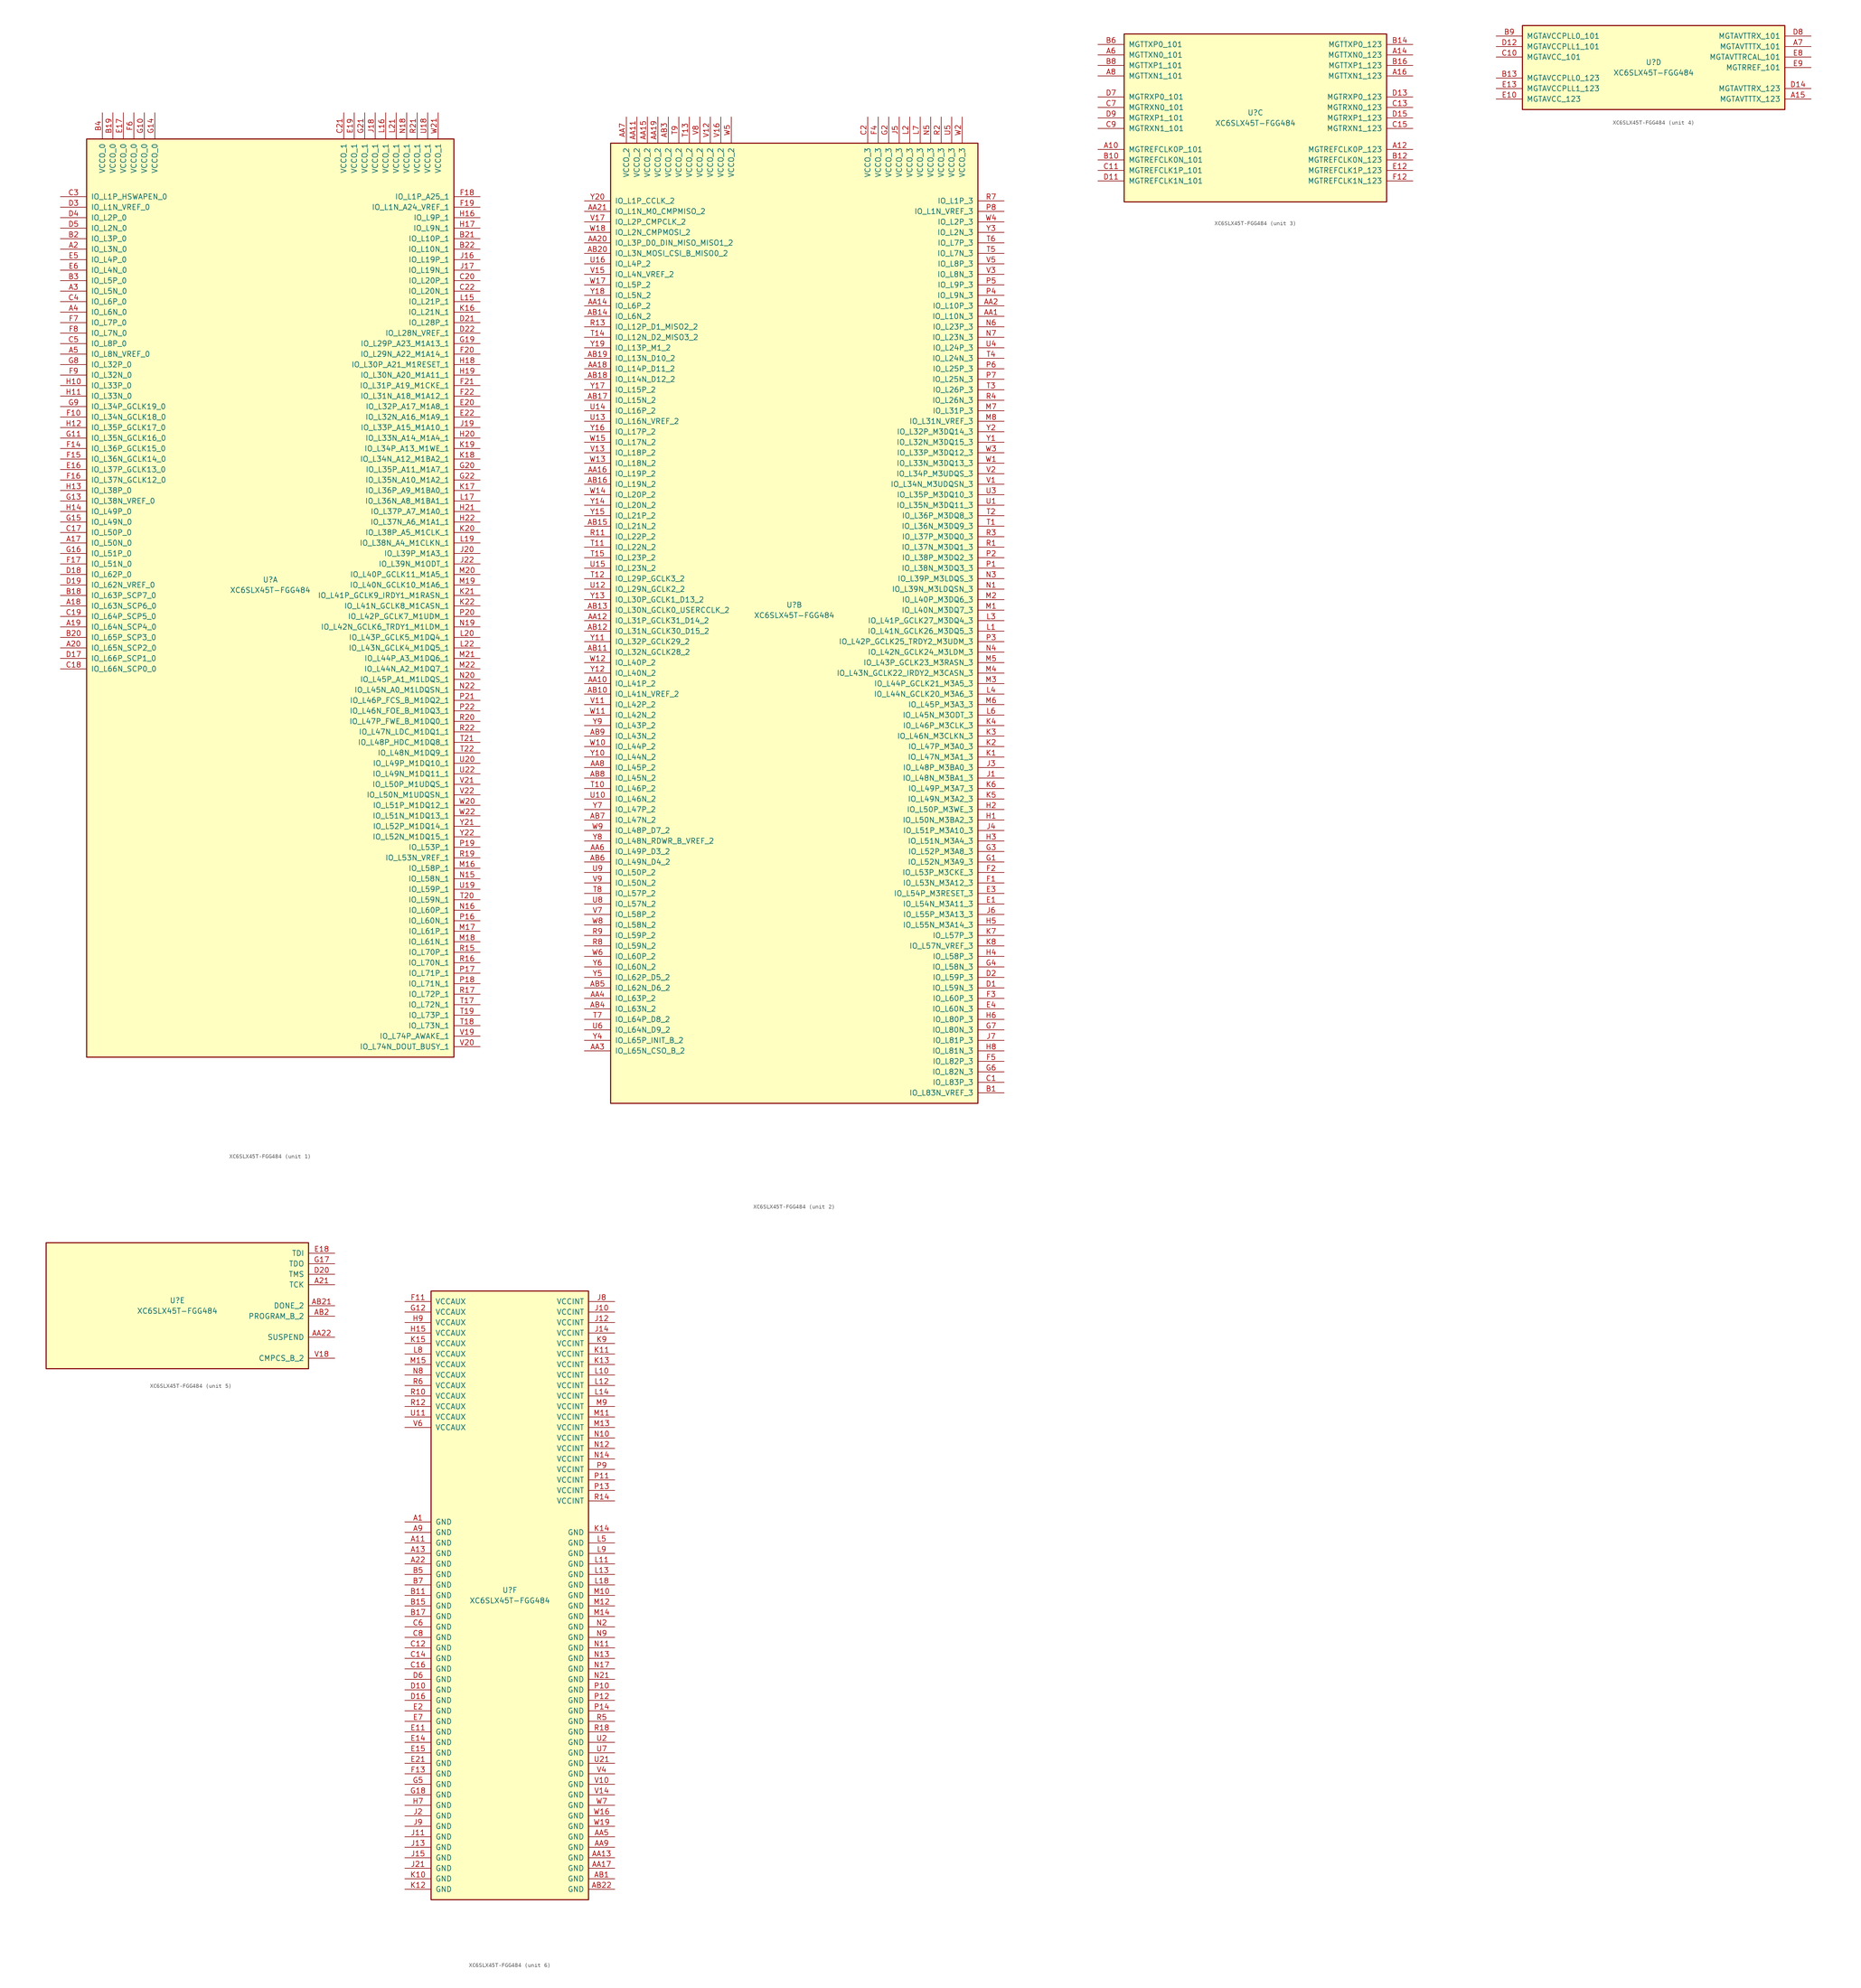
<source format=kicad_sym>
(kicad_symbol_lib
  (version 20220914)
  (generator kicad_symbol_editor)
  (symbol "XC6SLX45T-FGG484"
    (pin_names
      (offset 1.016))
    (property "Reference" "U"
      (at 0 1.27 0)
      (effects (font (size 1.27 1.27))))
    (property "Value" "XC6SLX45T-FGG484"
      (at 0 -1.27 0)
      (effects (font (size 1.27 1.27))))
    (property "Datasheet" ""
      (at 0 0 0)
      (effects (font (size 1.27 1.27))))
    (property "ki_locked" ""
      (at 0 0 0)
      (effects (font (size 1.27 1.27))))
    (symbol "XC6SLX45T-FGG484_1_1"
      (rectangle (start -44.45 107.95) (end 44.45 -114.3) (stroke (width 0.254) (type default)) (fill (type background)))
      (pin bidirectional line (at -50.8 10.16 0) (length 6.35) (name "IO_L50N_0" (effects (font (size 1.27 1.27)))) (number "A17" (effects (font (size 1.27 1.27)))))
      (pin bidirectional line (at -50.8 -5.08 0) (length 6.35) (name "IO_L63N_SCP6_0" (effects (font (size 1.27 1.27)))) (number "A18" (effects (font (size 1.27 1.27)))))
      (pin bidirectional line (at -50.8 -10.16 0) (length 6.35) (name "IO_L64N_SCP4_0" (effects (font (size 1.27 1.27)))) (number "A19" (effects (font (size 1.27 1.27)))))
      (pin bidirectional line (at -50.8 81.28 0) (length 6.35) (name "IO_L3N_0" (effects (font (size 1.27 1.27)))) (number "A2" (effects (font (size 1.27 1.27)))))
      (pin bidirectional line (at -50.8 -15.24 0) (length 6.35) (name "IO_L65N_SCP2_0" (effects (font (size 1.27 1.27)))) (number "A20" (effects (font (size 1.27 1.27)))))
      (pin bidirectional line (at -50.8 71.12 0) (length 6.35) (name "IO_L5N_0" (effects (font (size 1.27 1.27)))) (number "A3" (effects (font (size 1.27 1.27)))))
      (pin bidirectional line (at -50.8 66.04 0) (length 6.35) (name "IO_L6N_0" (effects (font (size 1.27 1.27)))) (number "A4" (effects (font (size 1.27 1.27)))))
      (pin bidirectional line (at -50.8 55.88 0) (length 6.35) (name "IO_L8N_VREF_0" (effects (font (size 1.27 1.27)))) (number "A5" (effects (font (size 1.27 1.27)))))
      (pin bidirectional line (at -50.8 -2.54 0) (length 6.35) (name "IO_L63P_SCP7_0" (effects (font (size 1.27 1.27)))) (number "B18" (effects (font (size 1.27 1.27)))))
      (pin power_in line (at -38.1 114.3 270) (length 6.35) (name "VCCO_0" (effects (font (size 1.27 1.27)))) (number "B19" (effects (font (size 1.27 1.27)))))
      (pin bidirectional line (at -50.8 83.82 0) (length 6.35) (name "IO_L3P_0" (effects (font (size 1.27 1.27)))) (number "B2" (effects (font (size 1.27 1.27)))))
      (pin bidirectional line (at -50.8 -12.7 0) (length 6.35) (name "IO_L65P_SCP3_0" (effects (font (size 1.27 1.27)))) (number "B20" (effects (font (size 1.27 1.27)))))
      (pin bidirectional line (at 50.8 83.82 180) (length 6.35) (name "IO_L10P_1" (effects (font (size 1.27 1.27)))) (number "B21" (effects (font (size 1.27 1.27)))))
      (pin bidirectional line (at 50.8 81.28 180) (length 6.35) (name "IO_L10N_1" (effects (font (size 1.27 1.27)))) (number "B22" (effects (font (size 1.27 1.27)))))
      (pin bidirectional line (at -50.8 73.66 0) (length 6.35) (name "IO_L5P_0" (effects (font (size 1.27 1.27)))) (number "B3" (effects (font (size 1.27 1.27)))))
      (pin power_in line (at -40.64 114.3 270) (length 6.35) (name "VCCO_0" (effects (font (size 1.27 1.27)))) (number "B4" (effects (font (size 1.27 1.27)))))
      (pin bidirectional line (at -50.8 12.7 0) (length 6.35) (name "IO_L50P_0" (effects (font (size 1.27 1.27)))) (number "C17" (effects (font (size 1.27 1.27)))))
      (pin bidirectional line (at -50.8 -20.32 0) (length 6.35) (name "IO_L66N_SCP0_0" (effects (font (size 1.27 1.27)))) (number "C18" (effects (font (size 1.27 1.27)))))
      (pin bidirectional line (at -50.8 -7.62 0) (length 6.35) (name "IO_L64P_SCP5_0" (effects (font (size 1.27 1.27)))) (number "C19" (effects (font (size 1.27 1.27)))))
      (pin bidirectional line (at 50.8 73.66 180) (length 6.35) (name "IO_L20P_1" (effects (font (size 1.27 1.27)))) (number "C20" (effects (font (size 1.27 1.27)))))
      (pin power_in line (at 17.78 114.3 270) (length 6.35) (name "VCCO_1" (effects (font (size 1.27 1.27)))) (number "C21" (effects (font (size 1.27 1.27)))))
      (pin bidirectional line (at 50.8 71.12 180) (length 6.35) (name "IO_L20N_1" (effects (font (size 1.27 1.27)))) (number "C22" (effects (font (size 1.27 1.27)))))
      (pin bidirectional line (at -50.8 93.98 0) (length 6.35) (name "IO_L1P_HSWAPEN_0" (effects (font (size 1.27 1.27)))) (number "C3" (effects (font (size 1.27 1.27)))))
      (pin bidirectional line (at -50.8 68.58 0) (length 6.35) (name "IO_L6P_0" (effects (font (size 1.27 1.27)))) (number "C4" (effects (font (size 1.27 1.27)))))
      (pin bidirectional line (at -50.8 58.42 0) (length 6.35) (name "IO_L8P_0" (effects (font (size 1.27 1.27)))) (number "C5" (effects (font (size 1.27 1.27)))))
      (pin bidirectional line (at -50.8 -17.78 0) (length 6.35) (name "IO_L66P_SCP1_0" (effects (font (size 1.27 1.27)))) (number "D17" (effects (font (size 1.27 1.27)))))
      (pin bidirectional line (at -50.8 2.54 0) (length 6.35) (name "IO_L62P_0" (effects (font (size 1.27 1.27)))) (number "D18" (effects (font (size 1.27 1.27)))))
      (pin bidirectional line (at -50.8 0 0) (length 6.35) (name "IO_L62N_VREF_0" (effects (font (size 1.27 1.27)))) (number "D19" (effects (font (size 1.27 1.27)))))
      (pin bidirectional line (at 50.8 63.5 180) (length 6.35) (name "IO_L28P_1" (effects (font (size 1.27 1.27)))) (number "D21" (effects (font (size 1.27 1.27)))))
      (pin bidirectional line (at 50.8 60.96 180) (length 6.35) (name "IO_L28N_VREF_1" (effects (font (size 1.27 1.27)))) (number "D22" (effects (font (size 1.27 1.27)))))
      (pin bidirectional line (at -50.8 91.44 0) (length 6.35) (name "IO_L1N_VREF_0" (effects (font (size 1.27 1.27)))) (number "D3" (effects (font (size 1.27 1.27)))))
      (pin bidirectional line (at -50.8 88.9 0) (length 6.35) (name "IO_L2P_0" (effects (font (size 1.27 1.27)))) (number "D4" (effects (font (size 1.27 1.27)))))
      (pin bidirectional line (at -50.8 86.36 0) (length 6.35) (name "IO_L2N_0" (effects (font (size 1.27 1.27)))) (number "D5" (effects (font (size 1.27 1.27)))))
      (pin bidirectional line (at -50.8 27.94 0) (length 6.35) (name "IO_L37P_GCLK13_0" (effects (font (size 1.27 1.27)))) (number "E16" (effects (font (size 1.27 1.27)))))
      (pin power_in line (at -35.56 114.3 270) (length 6.35) (name "VCCO_0" (effects (font (size 1.27 1.27)))) (number "E17" (effects (font (size 1.27 1.27)))))
      (pin power_in line (at 20.32 114.3 270) (length 6.35) (name "VCCO_1" (effects (font (size 1.27 1.27)))) (number "E19" (effects (font (size 1.27 1.27)))))
      (pin bidirectional line (at 50.8 43.18 180) (length 6.35) (name "IO_L32P_A17_M1A8_1" (effects (font (size 1.27 1.27)))) (number "E20" (effects (font (size 1.27 1.27)))))
      (pin bidirectional line (at 50.8 40.64 180) (length 6.35) (name "IO_L32N_A16_M1A9_1" (effects (font (size 1.27 1.27)))) (number "E22" (effects (font (size 1.27 1.27)))))
      (pin bidirectional line (at -50.8 78.74 0) (length 6.35) (name "IO_L4P_0" (effects (font (size 1.27 1.27)))) (number "E5" (effects (font (size 1.27 1.27)))))
      (pin bidirectional line (at -50.8 76.2 0) (length 6.35) (name "IO_L4N_0" (effects (font (size 1.27 1.27)))) (number "E6" (effects (font (size 1.27 1.27)))))
      (pin bidirectional line (at -50.8 40.64 0) (length 6.35) (name "IO_L34N_GCLK18_0" (effects (font (size 1.27 1.27)))) (number "F10" (effects (font (size 1.27 1.27)))))
      (pin bidirectional line (at -50.8 33.02 0) (length 6.35) (name "IO_L36P_GCLK15_0" (effects (font (size 1.27 1.27)))) (number "F14" (effects (font (size 1.27 1.27)))))
      (pin bidirectional line (at -50.8 30.48 0) (length 6.35) (name "IO_L36N_GCLK14_0" (effects (font (size 1.27 1.27)))) (number "F15" (effects (font (size 1.27 1.27)))))
      (pin bidirectional line (at -50.8 25.4 0) (length 6.35) (name "IO_L37N_GCLK12_0" (effects (font (size 1.27 1.27)))) (number "F16" (effects (font (size 1.27 1.27)))))
      (pin bidirectional line (at -50.8 5.08 0) (length 6.35) (name "IO_L51N_0" (effects (font (size 1.27 1.27)))) (number "F17" (effects (font (size 1.27 1.27)))))
      (pin bidirectional line (at 50.8 93.98 180) (length 6.35) (name "IO_L1P_A25_1" (effects (font (size 1.27 1.27)))) (number "F18" (effects (font (size 1.27 1.27)))))
      (pin bidirectional line (at 50.8 91.44 180) (length 6.35) (name "IO_L1N_A24_VREF_1" (effects (font (size 1.27 1.27)))) (number "F19" (effects (font (size 1.27 1.27)))))
      (pin bidirectional line (at 50.8 55.88 180) (length 6.35) (name "IO_L29N_A22_M1A14_1" (effects (font (size 1.27 1.27)))) (number "F20" (effects (font (size 1.27 1.27)))))
      (pin bidirectional line (at 50.8 48.26 180) (length 6.35) (name "IO_L31P_A19_M1CKE_1" (effects (font (size 1.27 1.27)))) (number "F21" (effects (font (size 1.27 1.27)))))
      (pin bidirectional line (at 50.8 45.72 180) (length 6.35) (name "IO_L31N_A18_M1A12_1" (effects (font (size 1.27 1.27)))) (number "F22" (effects (font (size 1.27 1.27)))))
      (pin power_in line (at -33.02 114.3 270) (length 6.35) (name "VCCO_0" (effects (font (size 1.27 1.27)))) (number "F6" (effects (font (size 1.27 1.27)))))
      (pin bidirectional line (at -50.8 63.5 0) (length 6.35) (name "IO_L7P_0" (effects (font (size 1.27 1.27)))) (number "F7" (effects (font (size 1.27 1.27)))))
      (pin bidirectional line (at -50.8 60.96 0) (length 6.35) (name "IO_L7N_0" (effects (font (size 1.27 1.27)))) (number "F8" (effects (font (size 1.27 1.27)))))
      (pin bidirectional line (at -50.8 50.8 0) (length 6.35) (name "IO_L32N_0" (effects (font (size 1.27 1.27)))) (number "F9" (effects (font (size 1.27 1.27)))))
      (pin power_in line (at -30.48 114.3 270) (length 6.35) (name "VCCO_0" (effects (font (size 1.27 1.27)))) (number "G10" (effects (font (size 1.27 1.27)))))
      (pin bidirectional line (at -50.8 35.56 0) (length 6.35) (name "IO_L35N_GCLK16_0" (effects (font (size 1.27 1.27)))) (number "G11" (effects (font (size 1.27 1.27)))))
      (pin bidirectional line (at -50.8 20.32 0) (length 6.35) (name "IO_L38N_VREF_0" (effects (font (size 1.27 1.27)))) (number "G13" (effects (font (size 1.27 1.27)))))
      (pin power_in line (at -27.94 114.3 270) (length 6.35) (name "VCCO_0" (effects (font (size 1.27 1.27)))) (number "G14" (effects (font (size 1.27 1.27)))))
      (pin bidirectional line (at -50.8 15.24 0) (length 6.35) (name "IO_L49N_0" (effects (font (size 1.27 1.27)))) (number "G15" (effects (font (size 1.27 1.27)))))
      (pin bidirectional line (at -50.8 7.62 0) (length 6.35) (name "IO_L51P_0" (effects (font (size 1.27 1.27)))) (number "G16" (effects (font (size 1.27 1.27)))))
      (pin bidirectional line (at 50.8 58.42 180) (length 6.35) (name "IO_L29P_A23_M1A13_1" (effects (font (size 1.27 1.27)))) (number "G19" (effects (font (size 1.27 1.27)))))
      (pin bidirectional line (at 50.8 27.94 180) (length 6.35) (name "IO_L35P_A11_M1A7_1" (effects (font (size 1.27 1.27)))) (number "G20" (effects (font (size 1.27 1.27)))))
      (pin power_in line (at 22.86 114.3 270) (length 6.35) (name "VCCO_1" (effects (font (size 1.27 1.27)))) (number "G21" (effects (font (size 1.27 1.27)))))
      (pin bidirectional line (at 50.8 25.4 180) (length 6.35) (name "IO_L35N_A10_M1A2_1" (effects (font (size 1.27 1.27)))) (number "G22" (effects (font (size 1.27 1.27)))))
      (pin bidirectional line (at -50.8 53.34 0) (length 6.35) (name "IO_L32P_0" (effects (font (size 1.27 1.27)))) (number "G8" (effects (font (size 1.27 1.27)))))
      (pin bidirectional line (at -50.8 43.18 0) (length 6.35) (name "IO_L34P_GCLK19_0" (effects (font (size 1.27 1.27)))) (number "G9" (effects (font (size 1.27 1.27)))))
      (pin bidirectional line (at -50.8 48.26 0) (length 6.35) (name "IO_L33P_0" (effects (font (size 1.27 1.27)))) (number "H10" (effects (font (size 1.27 1.27)))))
      (pin bidirectional line (at -50.8 45.72 0) (length 6.35) (name "IO_L33N_0" (effects (font (size 1.27 1.27)))) (number "H11" (effects (font (size 1.27 1.27)))))
      (pin bidirectional line (at -50.8 38.1 0) (length 6.35) (name "IO_L35P_GCLK17_0" (effects (font (size 1.27 1.27)))) (number "H12" (effects (font (size 1.27 1.27)))))
      (pin bidirectional line (at -50.8 22.86 0) (length 6.35) (name "IO_L38P_0" (effects (font (size 1.27 1.27)))) (number "H13" (effects (font (size 1.27 1.27)))))
      (pin bidirectional line (at -50.8 17.78 0) (length 6.35) (name "IO_L49P_0" (effects (font (size 1.27 1.27)))) (number "H14" (effects (font (size 1.27 1.27)))))
      (pin bidirectional line (at 50.8 88.9 180) (length 6.35) (name "IO_L9P_1" (effects (font (size 1.27 1.27)))) (number "H16" (effects (font (size 1.27 1.27)))))
      (pin bidirectional line (at 50.8 86.36 180) (length 6.35) (name "IO_L9N_1" (effects (font (size 1.27 1.27)))) (number "H17" (effects (font (size 1.27 1.27)))))
      (pin bidirectional line (at 50.8 53.34 180) (length 6.35) (name "IO_L30P_A21_M1RESET_1" (effects (font (size 1.27 1.27)))) (number "H18" (effects (font (size 1.27 1.27)))))
      (pin bidirectional line (at 50.8 50.8 180) (length 6.35) (name "IO_L30N_A20_M1A11_1" (effects (font (size 1.27 1.27)))) (number "H19" (effects (font (size 1.27 1.27)))))
      (pin bidirectional line (at 50.8 35.56 180) (length 6.35) (name "IO_L33N_A14_M1A4_1" (effects (font (size 1.27 1.27)))) (number "H20" (effects (font (size 1.27 1.27)))))
      (pin bidirectional line (at 50.8 17.78 180) (length 6.35) (name "IO_L37P_A7_M1A0_1" (effects (font (size 1.27 1.27)))) (number "H21" (effects (font (size 1.27 1.27)))))
      (pin bidirectional line (at 50.8 15.24 180) (length 6.35) (name "IO_L37N_A6_M1A1_1" (effects (font (size 1.27 1.27)))) (number "H22" (effects (font (size 1.27 1.27)))))
      (pin bidirectional line (at 50.8 78.74 180) (length 6.35) (name "IO_L19P_1" (effects (font (size 1.27 1.27)))) (number "J16" (effects (font (size 1.27 1.27)))))
      (pin bidirectional line (at 50.8 76.2 180) (length 6.35) (name "IO_L19N_1" (effects (font (size 1.27 1.27)))) (number "J17" (effects (font (size 1.27 1.27)))))
      (pin power_in line (at 25.4 114.3 270) (length 6.35) (name "VCCO_1" (effects (font (size 1.27 1.27)))) (number "J18" (effects (font (size 1.27 1.27)))))
      (pin bidirectional line (at 50.8 38.1 180) (length 6.35) (name "IO_L33P_A15_M1A10_1" (effects (font (size 1.27 1.27)))) (number "J19" (effects (font (size 1.27 1.27)))))
      (pin bidirectional line (at 50.8 7.62 180) (length 6.35) (name "IO_L39P_M1A3_1" (effects (font (size 1.27 1.27)))) (number "J20" (effects (font (size 1.27 1.27)))))
      (pin bidirectional line (at 50.8 5.08 180) (length 6.35) (name "IO_L39N_M1ODT_1" (effects (font (size 1.27 1.27)))) (number "J22" (effects (font (size 1.27 1.27)))))
      (pin bidirectional line (at 50.8 66.04 180) (length 6.35) (name "IO_L21N_1" (effects (font (size 1.27 1.27)))) (number "K16" (effects (font (size 1.27 1.27)))))
      (pin bidirectional line (at 50.8 22.86 180) (length 6.35) (name "IO_L36P_A9_M1BA0_1" (effects (font (size 1.27 1.27)))) (number "K17" (effects (font (size 1.27 1.27)))))
      (pin bidirectional line (at 50.8 30.48 180) (length 6.35) (name "IO_L34N_A12_M1BA2_1" (effects (font (size 1.27 1.27)))) (number "K18" (effects (font (size 1.27 1.27)))))
      (pin bidirectional line (at 50.8 33.02 180) (length 6.35) (name "IO_L34P_A13_M1WE_1" (effects (font (size 1.27 1.27)))) (number "K19" (effects (font (size 1.27 1.27)))))
      (pin bidirectional line (at 50.8 12.7 180) (length 6.35) (name "IO_L38P_A5_M1CLK_1" (effects (font (size 1.27 1.27)))) (number "K20" (effects (font (size 1.27 1.27)))))
      (pin bidirectional line (at 50.8 -2.54 180) (length 6.35) (name "IO_L41P_GCLK9_IRDY1_M1RASN_1" (effects (font (size 1.27 1.27)))) (number "K21" (effects (font (size 1.27 1.27)))))
      (pin bidirectional line (at 50.8 -5.08 180) (length 6.35) (name "IO_L41N_GCLK8_M1CASN_1" (effects (font (size 1.27 1.27)))) (number "K22" (effects (font (size 1.27 1.27)))))
      (pin bidirectional line (at 50.8 68.58 180) (length 6.35) (name "IO_L21P_1" (effects (font (size 1.27 1.27)))) (number "L15" (effects (font (size 1.27 1.27)))))
      (pin power_in line (at 27.94 114.3 270) (length 6.35) (name "VCCO_1" (effects (font (size 1.27 1.27)))) (number "L16" (effects (font (size 1.27 1.27)))))
      (pin bidirectional line (at 50.8 20.32 180) (length 6.35) (name "IO_L36N_A8_M1BA1_1" (effects (font (size 1.27 1.27)))) (number "L17" (effects (font (size 1.27 1.27)))))
      (pin bidirectional line (at 50.8 10.16 180) (length 6.35) (name "IO_L38N_A4_M1CLKN_1" (effects (font (size 1.27 1.27)))) (number "L19" (effects (font (size 1.27 1.27)))))
      (pin bidirectional line (at 50.8 -12.7 180) (length 6.35) (name "IO_L43P_GCLK5_M1DQ4_1" (effects (font (size 1.27 1.27)))) (number "L20" (effects (font (size 1.27 1.27)))))
      (pin power_in line (at 30.48 114.3 270) (length 6.35) (name "VCCO_1" (effects (font (size 1.27 1.27)))) (number "L21" (effects (font (size 1.27 1.27)))))
      (pin bidirectional line (at 50.8 -15.24 180) (length 6.35) (name "IO_L43N_GCLK4_M1DQ5_1" (effects (font (size 1.27 1.27)))) (number "L22" (effects (font (size 1.27 1.27)))))
      (pin bidirectional line (at 50.8 -68.58 180) (length 6.35) (name "IO_L58P_1" (effects (font (size 1.27 1.27)))) (number "M16" (effects (font (size 1.27 1.27)))))
      (pin bidirectional line (at 50.8 -83.82 180) (length 6.35) (name "IO_L61P_1" (effects (font (size 1.27 1.27)))) (number "M17" (effects (font (size 1.27 1.27)))))
      (pin bidirectional line (at 50.8 -86.36 180) (length 6.35) (name "IO_L61N_1" (effects (font (size 1.27 1.27)))) (number "M18" (effects (font (size 1.27 1.27)))))
      (pin bidirectional line (at 50.8 0 180) (length 6.35) (name "IO_L40N_GCLK10_M1A6_1" (effects (font (size 1.27 1.27)))) (number "M19" (effects (font (size 1.27 1.27)))))
      (pin bidirectional line (at 50.8 2.54 180) (length 6.35) (name "IO_L40P_GCLK11_M1A5_1" (effects (font (size 1.27 1.27)))) (number "M20" (effects (font (size 1.27 1.27)))))
      (pin bidirectional line (at 50.8 -17.78 180) (length 6.35) (name "IO_L44P_A3_M1DQ6_1" (effects (font (size 1.27 1.27)))) (number "M21" (effects (font (size 1.27 1.27)))))
      (pin bidirectional line (at 50.8 -20.32 180) (length 6.35) (name "IO_L44N_A2_M1DQ7_1" (effects (font (size 1.27 1.27)))) (number "M22" (effects (font (size 1.27 1.27)))))
      (pin bidirectional line (at 50.8 -71.12 180) (length 6.35) (name "IO_L58N_1" (effects (font (size 1.27 1.27)))) (number "N15" (effects (font (size 1.27 1.27)))))
      (pin bidirectional line (at 50.8 -78.74 180) (length 6.35) (name "IO_L60P_1" (effects (font (size 1.27 1.27)))) (number "N16" (effects (font (size 1.27 1.27)))))
      (pin power_in line (at 33.02 114.3 270) (length 6.35) (name "VCCO_1" (effects (font (size 1.27 1.27)))) (number "N18" (effects (font (size 1.27 1.27)))))
      (pin bidirectional line (at 50.8 -10.16 180) (length 6.35) (name "IO_L42N_GCLK6_TRDY1_M1LDM_1" (effects (font (size 1.27 1.27)))) (number "N19" (effects (font (size 1.27 1.27)))))
      (pin bidirectional line (at 50.8 -22.86 180) (length 6.35) (name "IO_L45P_A1_M1LDQS_1" (effects (font (size 1.27 1.27)))) (number "N20" (effects (font (size 1.27 1.27)))))
      (pin bidirectional line (at 50.8 -25.4 180) (length 6.35) (name "IO_L45N_A0_M1LDQSN_1" (effects (font (size 1.27 1.27)))) (number "N22" (effects (font (size 1.27 1.27)))))
      (pin bidirectional line (at 50.8 -81.28 180) (length 6.35) (name "IO_L60N_1" (effects (font (size 1.27 1.27)))) (number "P16" (effects (font (size 1.27 1.27)))))
      (pin bidirectional line (at 50.8 -93.98 180) (length 6.35) (name "IO_L71P_1" (effects (font (size 1.27 1.27)))) (number "P17" (effects (font (size 1.27 1.27)))))
      (pin bidirectional line (at 50.8 -96.52 180) (length 6.35) (name "IO_L71N_1" (effects (font (size 1.27 1.27)))) (number "P18" (effects (font (size 1.27 1.27)))))
      (pin bidirectional line (at 50.8 -63.5 180) (length 6.35) (name "IO_L53P_1" (effects (font (size 1.27 1.27)))) (number "P19" (effects (font (size 1.27 1.27)))))
      (pin bidirectional line (at 50.8 -7.62 180) (length 6.35) (name "IO_L42P_GCLK7_M1UDM_1" (effects (font (size 1.27 1.27)))) (number "P20" (effects (font (size 1.27 1.27)))))
      (pin bidirectional line (at 50.8 -27.94 180) (length 6.35) (name "IO_L46P_FCS_B_M1DQ2_1" (effects (font (size 1.27 1.27)))) (number "P21" (effects (font (size 1.27 1.27)))))
      (pin bidirectional line (at 50.8 -30.48 180) (length 6.35) (name "IO_L46N_FOE_B_M1DQ3_1" (effects (font (size 1.27 1.27)))) (number "P22" (effects (font (size 1.27 1.27)))))
      (pin bidirectional line (at 50.8 -88.9 180) (length 6.35) (name "IO_L70P_1" (effects (font (size 1.27 1.27)))) (number "R15" (effects (font (size 1.27 1.27)))))
      (pin bidirectional line (at 50.8 -91.44 180) (length 6.35) (name "IO_L70N_1" (effects (font (size 1.27 1.27)))) (number "R16" (effects (font (size 1.27 1.27)))))
      (pin bidirectional line (at 50.8 -99.06 180) (length 6.35) (name "IO_L72P_1" (effects (font (size 1.27 1.27)))) (number "R17" (effects (font (size 1.27 1.27)))))
      (pin bidirectional line (at 50.8 -66.04 180) (length 6.35) (name "IO_L53N_VREF_1" (effects (font (size 1.27 1.27)))) (number "R19" (effects (font (size 1.27 1.27)))))
      (pin bidirectional line (at 50.8 -33.02 180) (length 6.35) (name "IO_L47P_FWE_B_M1DQ0_1" (effects (font (size 1.27 1.27)))) (number "R20" (effects (font (size 1.27 1.27)))))
      (pin power_in line (at 35.56 114.3 270) (length 6.35) (name "VCCO_1" (effects (font (size 1.27 1.27)))) (number "R21" (effects (font (size 1.27 1.27)))))
      (pin bidirectional line (at 50.8 -35.56 180) (length 6.35) (name "IO_L47N_LDC_M1DQ1_1" (effects (font (size 1.27 1.27)))) (number "R22" (effects (font (size 1.27 1.27)))))
      (pin bidirectional line (at 50.8 -101.6 180) (length 6.35) (name "IO_L72N_1" (effects (font (size 1.27 1.27)))) (number "T17" (effects (font (size 1.27 1.27)))))
      (pin bidirectional line (at 50.8 -106.68 180) (length 6.35) (name "IO_L73N_1" (effects (font (size 1.27 1.27)))) (number "T18" (effects (font (size 1.27 1.27)))))
      (pin bidirectional line (at 50.8 -104.14 180) (length 6.35) (name "IO_L73P_1" (effects (font (size 1.27 1.27)))) (number "T19" (effects (font (size 1.27 1.27)))))
      (pin bidirectional line (at 50.8 -76.2 180) (length 6.35) (name "IO_L59N_1" (effects (font (size 1.27 1.27)))) (number "T20" (effects (font (size 1.27 1.27)))))
      (pin bidirectional line (at 50.8 -38.1 180) (length 6.35) (name "IO_L48P_HDC_M1DQ8_1" (effects (font (size 1.27 1.27)))) (number "T21" (effects (font (size 1.27 1.27)))))
      (pin bidirectional line (at 50.8 -40.64 180) (length 6.35) (name "IO_L48N_M1DQ9_1" (effects (font (size 1.27 1.27)))) (number "T22" (effects (font (size 1.27 1.27)))))
      (pin power_in line (at 38.1 114.3 270) (length 6.35) (name "VCCO_1" (effects (font (size 1.27 1.27)))) (number "U18" (effects (font (size 1.27 1.27)))))
      (pin bidirectional line (at 50.8 -73.66 180) (length 6.35) (name "IO_L59P_1" (effects (font (size 1.27 1.27)))) (number "U19" (effects (font (size 1.27 1.27)))))
      (pin bidirectional line (at 50.8 -43.18 180) (length 6.35) (name "IO_L49P_M1DQ10_1" (effects (font (size 1.27 1.27)))) (number "U20" (effects (font (size 1.27 1.27)))))
      (pin bidirectional line (at 50.8 -45.72 180) (length 6.35) (name "IO_L49N_M1DQ11_1" (effects (font (size 1.27 1.27)))) (number "U22" (effects (font (size 1.27 1.27)))))
      (pin bidirectional line (at 50.8 -109.22 180) (length 6.35) (name "IO_L74P_AWAKE_1" (effects (font (size 1.27 1.27)))) (number "V19" (effects (font (size 1.27 1.27)))))
      (pin bidirectional line (at 50.8 -111.76 180) (length 6.35) (name "IO_L74N_DOUT_BUSY_1" (effects (font (size 1.27 1.27)))) (number "V20" (effects (font (size 1.27 1.27)))))
      (pin bidirectional line (at 50.8 -48.26 180) (length 6.35) (name "IO_L50P_M1UDQS_1" (effects (font (size 1.27 1.27)))) (number "V21" (effects (font (size 1.27 1.27)))))
      (pin bidirectional line (at 50.8 -50.8 180) (length 6.35) (name "IO_L50N_M1UDQSN_1" (effects (font (size 1.27 1.27)))) (number "V22" (effects (font (size 1.27 1.27)))))
      (pin bidirectional line (at 50.8 -53.34 180) (length 6.35) (name "IO_L51P_M1DQ12_1" (effects (font (size 1.27 1.27)))) (number "W20" (effects (font (size 1.27 1.27)))))
      (pin power_in line (at 40.64 114.3 270) (length 6.35) (name "VCCO_1" (effects (font (size 1.27 1.27)))) (number "W21" (effects (font (size 1.27 1.27)))))
      (pin bidirectional line (at 50.8 -55.88 180) (length 6.35) (name "IO_L51N_M1DQ13_1" (effects (font (size 1.27 1.27)))) (number "W22" (effects (font (size 1.27 1.27)))))
      (pin bidirectional line (at 50.8 -58.42 180) (length 6.35) (name "IO_L52P_M1DQ14_1" (effects (font (size 1.27 1.27)))) (number "Y21" (effects (font (size 1.27 1.27)))))
      (pin bidirectional line (at 50.8 -60.96 180) (length 6.35) (name "IO_L52N_M1DQ15_1" (effects (font (size 1.27 1.27)))) (number "Y22" (effects (font (size 1.27 1.27))))))
    (symbol "XC6SLX45T-FGG484_2_1"
      (rectangle (start -44.45 113.03) (end 44.45 -119.38) (stroke (width 0.254) (type default)) (fill (type background)))
      (pin bidirectional line (at 50.8 71.12 180) (length 6.35) (name "IO_L10N_3" (effects (font (size 1.27 1.27)))) (number "AA1" (effects (font (size 1.27 1.27)))))
      (pin bidirectional line (at -50.8 -17.78 0) (length 6.35) (name "IO_L41P_2" (effects (font (size 1.27 1.27)))) (number "AA10" (effects (font (size 1.27 1.27)))))
      (pin power_in line (at -38.1 119.38 270) (length 6.35) (name "VCCO_2" (effects (font (size 1.27 1.27)))) (number "AA11" (effects (font (size 1.27 1.27)))))
      (pin bidirectional line (at -50.8 -2.54 0) (length 6.35) (name "IO_L31P_GCLK31_D14_2" (effects (font (size 1.27 1.27)))) (number "AA12" (effects (font (size 1.27 1.27)))))
      (pin bidirectional line (at -50.8 73.66 0) (length 6.35) (name "IO_L6P_2" (effects (font (size 1.27 1.27)))) (number "AA14" (effects (font (size 1.27 1.27)))))
      (pin power_in line (at -35.56 119.38 270) (length 6.35) (name "VCCO_2" (effects (font (size 1.27 1.27)))) (number "AA15" (effects (font (size 1.27 1.27)))))
      (pin bidirectional line (at -50.8 33.02 0) (length 6.35) (name "IO_L19P_2" (effects (font (size 1.27 1.27)))) (number "AA16" (effects (font (size 1.27 1.27)))))
      (pin bidirectional line (at -50.8 58.42 0) (length 6.35) (name "IO_L14P_D11_2" (effects (font (size 1.27 1.27)))) (number "AA18" (effects (font (size 1.27 1.27)))))
      (pin power_in line (at -33.02 119.38 270) (length 6.35) (name "VCCO_2" (effects (font (size 1.27 1.27)))) (number "AA19" (effects (font (size 1.27 1.27)))))
      (pin bidirectional line (at 50.8 73.66 180) (length 6.35) (name "IO_L10P_3" (effects (font (size 1.27 1.27)))) (number "AA2" (effects (font (size 1.27 1.27)))))
      (pin bidirectional line (at -50.8 88.9 0) (length 6.35) (name "IO_L3P_D0_DIN_MISO_MISO1_2" (effects (font (size 1.27 1.27)))) (number "AA20" (effects (font (size 1.27 1.27)))))
      (pin bidirectional line (at -50.8 96.52 0) (length 6.35) (name "IO_L1N_M0_CMPMISO_2" (effects (font (size 1.27 1.27)))) (number "AA21" (effects (font (size 1.27 1.27)))))
      (pin bidirectional line (at -50.8 -106.68 0) (length 6.35) (name "IO_L65N_CSO_B_2" (effects (font (size 1.27 1.27)))) (number "AA3" (effects (font (size 1.27 1.27)))))
      (pin bidirectional line (at -50.8 -93.98 0) (length 6.35) (name "IO_L63P_2" (effects (font (size 1.27 1.27)))) (number "AA4" (effects (font (size 1.27 1.27)))))
      (pin bidirectional line (at -50.8 -58.42 0) (length 6.35) (name "IO_L49P_D3_2" (effects (font (size 1.27 1.27)))) (number "AA6" (effects (font (size 1.27 1.27)))))
      (pin power_in line (at -40.64 119.38 270) (length 6.35) (name "VCCO_2" (effects (font (size 1.27 1.27)))) (number "AA7" (effects (font (size 1.27 1.27)))))
      (pin bidirectional line (at -50.8 -38.1 0) (length 6.35) (name "IO_L45P_2" (effects (font (size 1.27 1.27)))) (number "AA8" (effects (font (size 1.27 1.27)))))
      (pin bidirectional line (at -50.8 -20.32 0) (length 6.35) (name "IO_L41N_VREF_2" (effects (font (size 1.27 1.27)))) (number "AB10" (effects (font (size 1.27 1.27)))))
      (pin bidirectional line (at -50.8 -10.16 0) (length 6.35) (name "IO_L32N_GCLK28_2" (effects (font (size 1.27 1.27)))) (number "AB11" (effects (font (size 1.27 1.27)))))
      (pin bidirectional line (at -50.8 -5.08 0) (length 6.35) (name "IO_L31N_GCLK30_D15_2" (effects (font (size 1.27 1.27)))) (number "AB12" (effects (font (size 1.27 1.27)))))
      (pin bidirectional line (at -50.8 0 0) (length 6.35) (name "IO_L30N_GCLK0_USERCCLK_2" (effects (font (size 1.27 1.27)))) (number "AB13" (effects (font (size 1.27 1.27)))))
      (pin bidirectional line (at -50.8 71.12 0) (length 6.35) (name "IO_L6N_2" (effects (font (size 1.27 1.27)))) (number "AB14" (effects (font (size 1.27 1.27)))))
      (pin bidirectional line (at -50.8 20.32 0) (length 6.35) (name "IO_L21N_2" (effects (font (size 1.27 1.27)))) (number "AB15" (effects (font (size 1.27 1.27)))))
      (pin bidirectional line (at -50.8 30.48 0) (length 6.35) (name "IO_L19N_2" (effects (font (size 1.27 1.27)))) (number "AB16" (effects (font (size 1.27 1.27)))))
      (pin bidirectional line (at -50.8 50.8 0) (length 6.35) (name "IO_L15N_2" (effects (font (size 1.27 1.27)))) (number "AB17" (effects (font (size 1.27 1.27)))))
      (pin bidirectional line (at -50.8 55.88 0) (length 6.35) (name "IO_L14N_D12_2" (effects (font (size 1.27 1.27)))) (number "AB18" (effects (font (size 1.27 1.27)))))
      (pin bidirectional line (at -50.8 60.96 0) (length 6.35) (name "IO_L13N_D10_2" (effects (font (size 1.27 1.27)))) (number "AB19" (effects (font (size 1.27 1.27)))))
      (pin bidirectional line (at -50.8 86.36 0) (length 6.35) (name "IO_L3N_MOSI_CSI_B_MISO0_2" (effects (font (size 1.27 1.27)))) (number "AB20" (effects (font (size 1.27 1.27)))))
      (pin power_in line (at -30.48 119.38 270) (length 6.35) (name "VCCO_2" (effects (font (size 1.27 1.27)))) (number "AB3" (effects (font (size 1.27 1.27)))))
      (pin bidirectional line (at -50.8 -96.52 0) (length 6.35) (name "IO_L63N_2" (effects (font (size 1.27 1.27)))) (number "AB4" (effects (font (size 1.27 1.27)))))
      (pin bidirectional line (at -50.8 -91.44 0) (length 6.35) (name "IO_L62N_D6_2" (effects (font (size 1.27 1.27)))) (number "AB5" (effects (font (size 1.27 1.27)))))
      (pin bidirectional line (at -50.8 -60.96 0) (length 6.35) (name "IO_L49N_D4_2" (effects (font (size 1.27 1.27)))) (number "AB6" (effects (font (size 1.27 1.27)))))
      (pin bidirectional line (at -50.8 -50.8 0) (length 6.35) (name "IO_L47N_2" (effects (font (size 1.27 1.27)))) (number "AB7" (effects (font (size 1.27 1.27)))))
      (pin bidirectional line (at -50.8 -40.64 0) (length 6.35) (name "IO_L45N_2" (effects (font (size 1.27 1.27)))) (number "AB8" (effects (font (size 1.27 1.27)))))
      (pin bidirectional line (at -50.8 -30.48 0) (length 6.35) (name "IO_L43N_2" (effects (font (size 1.27 1.27)))) (number "AB9" (effects (font (size 1.27 1.27)))))
      (pin bidirectional line (at 50.8 -116.84 180) (length 6.35) (name "IO_L83N_VREF_3" (effects (font (size 1.27 1.27)))) (number "B1" (effects (font (size 1.27 1.27)))))
      (pin bidirectional line (at 50.8 -114.3 180) (length 6.35) (name "IO_L83P_3" (effects (font (size 1.27 1.27)))) (number "C1" (effects (font (size 1.27 1.27)))))
      (pin power_in line (at 17.78 119.38 270) (length 6.35) (name "VCCO_3" (effects (font (size 1.27 1.27)))) (number "C2" (effects (font (size 1.27 1.27)))))
      (pin bidirectional line (at 50.8 -91.44 180) (length 6.35) (name "IO_L59N_3" (effects (font (size 1.27 1.27)))) (number "D1" (effects (font (size 1.27 1.27)))))
      (pin bidirectional line (at 50.8 -88.9 180) (length 6.35) (name "IO_L59P_3" (effects (font (size 1.27 1.27)))) (number "D2" (effects (font (size 1.27 1.27)))))
      (pin bidirectional line (at 50.8 -71.12 180) (length 6.35) (name "IO_L54N_M3A11_3" (effects (font (size 1.27 1.27)))) (number "E1" (effects (font (size 1.27 1.27)))))
      (pin bidirectional line (at 50.8 -68.58 180) (length 6.35) (name "IO_L54P_M3RESET_3" (effects (font (size 1.27 1.27)))) (number "E3" (effects (font (size 1.27 1.27)))))
      (pin bidirectional line (at 50.8 -96.52 180) (length 6.35) (name "IO_L60N_3" (effects (font (size 1.27 1.27)))) (number "E4" (effects (font (size 1.27 1.27)))))
      (pin bidirectional line (at 50.8 -66.04 180) (length 6.35) (name "IO_L53N_M3A12_3" (effects (font (size 1.27 1.27)))) (number "F1" (effects (font (size 1.27 1.27)))))
      (pin bidirectional line (at 50.8 -63.5 180) (length 6.35) (name "IO_L53P_M3CKE_3" (effects (font (size 1.27 1.27)))) (number "F2" (effects (font (size 1.27 1.27)))))
      (pin bidirectional line (at 50.8 -93.98 180) (length 6.35) (name "IO_L60P_3" (effects (font (size 1.27 1.27)))) (number "F3" (effects (font (size 1.27 1.27)))))
      (pin power_in line (at 20.32 119.38 270) (length 6.35) (name "VCCO_3" (effects (font (size 1.27 1.27)))) (number "F4" (effects (font (size 1.27 1.27)))))
      (pin bidirectional line (at 50.8 -109.22 180) (length 6.35) (name "IO_L82P_3" (effects (font (size 1.27 1.27)))) (number "F5" (effects (font (size 1.27 1.27)))))
      (pin bidirectional line (at 50.8 -60.96 180) (length 6.35) (name "IO_L52N_M3A9_3" (effects (font (size 1.27 1.27)))) (number "G1" (effects (font (size 1.27 1.27)))))
      (pin power_in line (at 22.86 119.38 270) (length 6.35) (name "VCCO_3" (effects (font (size 1.27 1.27)))) (number "G2" (effects (font (size 1.27 1.27)))))
      (pin bidirectional line (at 50.8 -58.42 180) (length 6.35) (name "IO_L52P_M3A8_3" (effects (font (size 1.27 1.27)))) (number "G3" (effects (font (size 1.27 1.27)))))
      (pin bidirectional line (at 50.8 -86.36 180) (length 6.35) (name "IO_L58N_3" (effects (font (size 1.27 1.27)))) (number "G4" (effects (font (size 1.27 1.27)))))
      (pin bidirectional line (at 50.8 -111.76 180) (length 6.35) (name "IO_L82N_3" (effects (font (size 1.27 1.27)))) (number "G6" (effects (font (size 1.27 1.27)))))
      (pin bidirectional line (at 50.8 -101.6 180) (length 6.35) (name "IO_L80N_3" (effects (font (size 1.27 1.27)))) (number "G7" (effects (font (size 1.27 1.27)))))
      (pin bidirectional line (at 50.8 -50.8 180) (length 6.35) (name "IO_L50N_M3BA2_3" (effects (font (size 1.27 1.27)))) (number "H1" (effects (font (size 1.27 1.27)))))
      (pin bidirectional line (at 50.8 -48.26 180) (length 6.35) (name "IO_L50P_M3WE_3" (effects (font (size 1.27 1.27)))) (number "H2" (effects (font (size 1.27 1.27)))))
      (pin bidirectional line (at 50.8 -55.88 180) (length 6.35) (name "IO_L51N_M3A4_3" (effects (font (size 1.27 1.27)))) (number "H3" (effects (font (size 1.27 1.27)))))
      (pin bidirectional line (at 50.8 -83.82 180) (length 6.35) (name "IO_L58P_3" (effects (font (size 1.27 1.27)))) (number "H4" (effects (font (size 1.27 1.27)))))
      (pin bidirectional line (at 50.8 -76.2 180) (length 6.35) (name "IO_L55N_M3A14_3" (effects (font (size 1.27 1.27)))) (number "H5" (effects (font (size 1.27 1.27)))))
      (pin bidirectional line (at 50.8 -99.06 180) (length 6.35) (name "IO_L80P_3" (effects (font (size 1.27 1.27)))) (number "H6" (effects (font (size 1.27 1.27)))))
      (pin bidirectional line (at 50.8 -106.68 180) (length 6.35) (name "IO_L81N_3" (effects (font (size 1.27 1.27)))) (number "H8" (effects (font (size 1.27 1.27)))))
      (pin bidirectional line (at 50.8 -40.64 180) (length 6.35) (name "IO_L48N_M3BA1_3" (effects (font (size 1.27 1.27)))) (number "J1" (effects (font (size 1.27 1.27)))))
      (pin bidirectional line (at 50.8 -38.1 180) (length 6.35) (name "IO_L48P_M3BA0_3" (effects (font (size 1.27 1.27)))) (number "J3" (effects (font (size 1.27 1.27)))))
      (pin bidirectional line (at 50.8 -53.34 180) (length 6.35) (name "IO_L51P_M3A10_3" (effects (font (size 1.27 1.27)))) (number "J4" (effects (font (size 1.27 1.27)))))
      (pin power_in line (at 25.4 119.38 270) (length 6.35) (name "VCCO_3" (effects (font (size 1.27 1.27)))) (number "J5" (effects (font (size 1.27 1.27)))))
      (pin bidirectional line (at 50.8 -73.66 180) (length 6.35) (name "IO_L55P_M3A13_3" (effects (font (size 1.27 1.27)))) (number "J6" (effects (font (size 1.27 1.27)))))
      (pin bidirectional line (at 50.8 -104.14 180) (length 6.35) (name "IO_L81P_3" (effects (font (size 1.27 1.27)))) (number "J7" (effects (font (size 1.27 1.27)))))
      (pin bidirectional line (at 50.8 -35.56 180) (length 6.35) (name "IO_L47N_M3A1_3" (effects (font (size 1.27 1.27)))) (number "K1" (effects (font (size 1.27 1.27)))))
      (pin bidirectional line (at 50.8 -33.02 180) (length 6.35) (name "IO_L47P_M3A0_3" (effects (font (size 1.27 1.27)))) (number "K2" (effects (font (size 1.27 1.27)))))
      (pin bidirectional line (at 50.8 -30.48 180) (length 6.35) (name "IO_L46N_M3CLKN_3" (effects (font (size 1.27 1.27)))) (number "K3" (effects (font (size 1.27 1.27)))))
      (pin bidirectional line (at 50.8 -27.94 180) (length 6.35) (name "IO_L46P_M3CLK_3" (effects (font (size 1.27 1.27)))) (number "K4" (effects (font (size 1.27 1.27)))))
      (pin bidirectional line (at 50.8 -45.72 180) (length 6.35) (name "IO_L49N_M3A2_3" (effects (font (size 1.27 1.27)))) (number "K5" (effects (font (size 1.27 1.27)))))
      (pin bidirectional line (at 50.8 -43.18 180) (length 6.35) (name "IO_L49P_M3A7_3" (effects (font (size 1.27 1.27)))) (number "K6" (effects (font (size 1.27 1.27)))))
      (pin bidirectional line (at 50.8 -78.74 180) (length 6.35) (name "IO_L57P_3" (effects (font (size 1.27 1.27)))) (number "K7" (effects (font (size 1.27 1.27)))))
      (pin bidirectional line (at 50.8 -81.28 180) (length 6.35) (name "IO_L57N_VREF_3" (effects (font (size 1.27 1.27)))) (number "K8" (effects (font (size 1.27 1.27)))))
      (pin bidirectional line (at 50.8 -5.08 180) (length 6.35) (name "IO_L41N_GCLK26_M3DQ5_3" (effects (font (size 1.27 1.27)))) (number "L1" (effects (font (size 1.27 1.27)))))
      (pin power_in line (at 27.94 119.38 270) (length 6.35) (name "VCCO_3" (effects (font (size 1.27 1.27)))) (number "L2" (effects (font (size 1.27 1.27)))))
      (pin bidirectional line (at 50.8 -2.54 180) (length 6.35) (name "IO_L41P_GCLK27_M3DQ4_3" (effects (font (size 1.27 1.27)))) (number "L3" (effects (font (size 1.27 1.27)))))
      (pin bidirectional line (at 50.8 -20.32 180) (length 6.35) (name "IO_L44N_GCLK20_M3A6_3" (effects (font (size 1.27 1.27)))) (number "L4" (effects (font (size 1.27 1.27)))))
      (pin bidirectional line (at 50.8 -25.4 180) (length 6.35) (name "IO_L45N_M3ODT_3" (effects (font (size 1.27 1.27)))) (number "L6" (effects (font (size 1.27 1.27)))))
      (pin power_in line (at 30.48 119.38 270) (length 6.35) (name "VCCO_3" (effects (font (size 1.27 1.27)))) (number "L7" (effects (font (size 1.27 1.27)))))
      (pin bidirectional line (at 50.8 0 180) (length 6.35) (name "IO_L40N_M3DQ7_3" (effects (font (size 1.27 1.27)))) (number "M1" (effects (font (size 1.27 1.27)))))
      (pin bidirectional line (at 50.8 2.54 180) (length 6.35) (name "IO_L40P_M3DQ6_3" (effects (font (size 1.27 1.27)))) (number "M2" (effects (font (size 1.27 1.27)))))
      (pin bidirectional line (at 50.8 -17.78 180) (length 6.35) (name "IO_L44P_GCLK21_M3A5_3" (effects (font (size 1.27 1.27)))) (number "M3" (effects (font (size 1.27 1.27)))))
      (pin bidirectional line (at 50.8 -15.24 180) (length 6.35) (name "IO_L43N_GCLK22_IRDY2_M3CASN_3" (effects (font (size 1.27 1.27)))) (number "M4" (effects (font (size 1.27 1.27)))))
      (pin bidirectional line (at 50.8 -12.7 180) (length 6.35) (name "IO_L43P_GCLK23_M3RASN_3" (effects (font (size 1.27 1.27)))) (number "M5" (effects (font (size 1.27 1.27)))))
      (pin bidirectional line (at 50.8 -22.86 180) (length 6.35) (name "IO_L45P_M3A3_3" (effects (font (size 1.27 1.27)))) (number "M6" (effects (font (size 1.27 1.27)))))
      (pin bidirectional line (at 50.8 48.26 180) (length 6.35) (name "IO_L31P_3" (effects (font (size 1.27 1.27)))) (number "M7" (effects (font (size 1.27 1.27)))))
      (pin bidirectional line (at 50.8 45.72 180) (length 6.35) (name "IO_L31N_VREF_3" (effects (font (size 1.27 1.27)))) (number "M8" (effects (font (size 1.27 1.27)))))
      (pin bidirectional line (at 50.8 5.08 180) (length 6.35) (name "IO_L39N_M3LDQSN_3" (effects (font (size 1.27 1.27)))) (number "N1" (effects (font (size 1.27 1.27)))))
      (pin bidirectional line (at 50.8 7.62 180) (length 6.35) (name "IO_L39P_M3LDQS_3" (effects (font (size 1.27 1.27)))) (number "N3" (effects (font (size 1.27 1.27)))))
      (pin bidirectional line (at 50.8 -10.16 180) (length 6.35) (name "IO_L42N_GCLK24_M3LDM_3" (effects (font (size 1.27 1.27)))) (number "N4" (effects (font (size 1.27 1.27)))))
      (pin power_in line (at 33.02 119.38 270) (length 6.35) (name "VCCO_3" (effects (font (size 1.27 1.27)))) (number "N5" (effects (font (size 1.27 1.27)))))
      (pin bidirectional line (at 50.8 68.58 180) (length 6.35) (name "IO_L23P_3" (effects (font (size 1.27 1.27)))) (number "N6" (effects (font (size 1.27 1.27)))))
      (pin bidirectional line (at 50.8 66.04 180) (length 6.35) (name "IO_L23N_3" (effects (font (size 1.27 1.27)))) (number "N7" (effects (font (size 1.27 1.27)))))
      (pin bidirectional line (at 50.8 10.16 180) (length 6.35) (name "IO_L38N_M3DQ3_3" (effects (font (size 1.27 1.27)))) (number "P1" (effects (font (size 1.27 1.27)))))
      (pin bidirectional line (at 50.8 12.7 180) (length 6.35) (name "IO_L38P_M3DQ2_3" (effects (font (size 1.27 1.27)))) (number "P2" (effects (font (size 1.27 1.27)))))
      (pin bidirectional line (at 50.8 -7.62 180) (length 6.35) (name "IO_L42P_GCLK25_TRDY2_M3UDM_3" (effects (font (size 1.27 1.27)))) (number "P3" (effects (font (size 1.27 1.27)))))
      (pin bidirectional line (at 50.8 76.2 180) (length 6.35) (name "IO_L9N_3" (effects (font (size 1.27 1.27)))) (number "P4" (effects (font (size 1.27 1.27)))))
      (pin bidirectional line (at 50.8 78.74 180) (length 6.35) (name "IO_L9P_3" (effects (font (size 1.27 1.27)))) (number "P5" (effects (font (size 1.27 1.27)))))
      (pin bidirectional line (at 50.8 58.42 180) (length 6.35) (name "IO_L25P_3" (effects (font (size 1.27 1.27)))) (number "P6" (effects (font (size 1.27 1.27)))))
      (pin bidirectional line (at 50.8 55.88 180) (length 6.35) (name "IO_L25N_3" (effects (font (size 1.27 1.27)))) (number "P7" (effects (font (size 1.27 1.27)))))
      (pin bidirectional line (at 50.8 96.52 180) (length 6.35) (name "IO_L1N_VREF_3" (effects (font (size 1.27 1.27)))) (number "P8" (effects (font (size 1.27 1.27)))))
      (pin bidirectional line (at 50.8 15.24 180) (length 6.35) (name "IO_L37N_M3DQ1_3" (effects (font (size 1.27 1.27)))) (number "R1" (effects (font (size 1.27 1.27)))))
      (pin bidirectional line (at -50.8 17.78 0) (length 6.35) (name "IO_L22P_2" (effects (font (size 1.27 1.27)))) (number "R11" (effects (font (size 1.27 1.27)))))
      (pin bidirectional line (at -50.8 68.58 0) (length 6.35) (name "IO_L12P_D1_MISO2_2" (effects (font (size 1.27 1.27)))) (number "R13" (effects (font (size 1.27 1.27)))))
      (pin power_in line (at 35.56 119.38 270) (length 6.35) (name "VCCO_3" (effects (font (size 1.27 1.27)))) (number "R2" (effects (font (size 1.27 1.27)))))
      (pin bidirectional line (at 50.8 17.78 180) (length 6.35) (name "IO_L37P_M3DQ0_3" (effects (font (size 1.27 1.27)))) (number "R3" (effects (font (size 1.27 1.27)))))
      (pin bidirectional line (at 50.8 50.8 180) (length 6.35) (name "IO_L26N_3" (effects (font (size 1.27 1.27)))) (number "R4" (effects (font (size 1.27 1.27)))))
      (pin bidirectional line (at 50.8 99.06 180) (length 6.35) (name "IO_L1P_3" (effects (font (size 1.27 1.27)))) (number "R7" (effects (font (size 1.27 1.27)))))
      (pin bidirectional line (at -50.8 -81.28 0) (length 6.35) (name "IO_L59N_2" (effects (font (size 1.27 1.27)))) (number "R8" (effects (font (size 1.27 1.27)))))
      (pin bidirectional line (at -50.8 -78.74 0) (length 6.35) (name "IO_L59P_2" (effects (font (size 1.27 1.27)))) (number "R9" (effects (font (size 1.27 1.27)))))
      (pin bidirectional line (at 50.8 20.32 180) (length 6.35) (name "IO_L36N_M3DQ9_3" (effects (font (size 1.27 1.27)))) (number "T1" (effects (font (size 1.27 1.27)))))
      (pin bidirectional line (at -50.8 -43.18 0) (length 6.35) (name "IO_L46P_2" (effects (font (size 1.27 1.27)))) (number "T10" (effects (font (size 1.27 1.27)))))
      (pin bidirectional line (at -50.8 15.24 0) (length 6.35) (name "IO_L22N_2" (effects (font (size 1.27 1.27)))) (number "T11" (effects (font (size 1.27 1.27)))))
      (pin bidirectional line (at -50.8 7.62 0) (length 6.35) (name "IO_L29P_GCLK3_2" (effects (font (size 1.27 1.27)))) (number "T12" (effects (font (size 1.27 1.27)))))
      (pin power_in line (at -25.4 119.38 270) (length 6.35) (name "VCCO_2" (effects (font (size 1.27 1.27)))) (number "T13" (effects (font (size 1.27 1.27)))))
      (pin bidirectional line (at -50.8 66.04 0) (length 6.35) (name "IO_L12N_D2_MISO3_2" (effects (font (size 1.27 1.27)))) (number "T14" (effects (font (size 1.27 1.27)))))
      (pin bidirectional line (at -50.8 12.7 0) (length 6.35) (name "IO_L23P_2" (effects (font (size 1.27 1.27)))) (number "T15" (effects (font (size 1.27 1.27)))))
      (pin bidirectional line (at 50.8 22.86 180) (length 6.35) (name "IO_L36P_M3DQ8_3" (effects (font (size 1.27 1.27)))) (number "T2" (effects (font (size 1.27 1.27)))))
      (pin bidirectional line (at 50.8 53.34 180) (length 6.35) (name "IO_L26P_3" (effects (font (size 1.27 1.27)))) (number "T3" (effects (font (size 1.27 1.27)))))
      (pin bidirectional line (at 50.8 60.96 180) (length 6.35) (name "IO_L24N_3" (effects (font (size 1.27 1.27)))) (number "T4" (effects (font (size 1.27 1.27)))))
      (pin bidirectional line (at 50.8 86.36 180) (length 6.35) (name "IO_L7N_3" (effects (font (size 1.27 1.27)))) (number "T5" (effects (font (size 1.27 1.27)))))
      (pin bidirectional line (at 50.8 88.9 180) (length 6.35) (name "IO_L7P_3" (effects (font (size 1.27 1.27)))) (number "T6" (effects (font (size 1.27 1.27)))))
      (pin bidirectional line (at -50.8 -99.06 0) (length 6.35) (name "IO_L64P_D8_2" (effects (font (size 1.27 1.27)))) (number "T7" (effects (font (size 1.27 1.27)))))
      (pin bidirectional line (at -50.8 -68.58 0) (length 6.35) (name "IO_L57P_2" (effects (font (size 1.27 1.27)))) (number "T8" (effects (font (size 1.27 1.27)))))
      (pin power_in line (at -27.94 119.38 270) (length 6.35) (name "VCCO_2" (effects (font (size 1.27 1.27)))) (number "T9" (effects (font (size 1.27 1.27)))))
      (pin bidirectional line (at 50.8 25.4 180) (length 6.35) (name "IO_L35N_M3DQ11_3" (effects (font (size 1.27 1.27)))) (number "U1" (effects (font (size 1.27 1.27)))))
      (pin bidirectional line (at -50.8 -45.72 0) (length 6.35) (name "IO_L46N_2" (effects (font (size 1.27 1.27)))) (number "U10" (effects (font (size 1.27 1.27)))))
      (pin bidirectional line (at -50.8 5.08 0) (length 6.35) (name "IO_L29N_GCLK2_2" (effects (font (size 1.27 1.27)))) (number "U12" (effects (font (size 1.27 1.27)))))
      (pin bidirectional line (at -50.8 45.72 0) (length 6.35) (name "IO_L16N_VREF_2" (effects (font (size 1.27 1.27)))) (number "U13" (effects (font (size 1.27 1.27)))))
      (pin bidirectional line (at -50.8 48.26 0) (length 6.35) (name "IO_L16P_2" (effects (font (size 1.27 1.27)))) (number "U14" (effects (font (size 1.27 1.27)))))
      (pin bidirectional line (at -50.8 10.16 0) (length 6.35) (name "IO_L23N_2" (effects (font (size 1.27 1.27)))) (number "U15" (effects (font (size 1.27 1.27)))))
      (pin bidirectional line (at -50.8 83.82 0) (length 6.35) (name "IO_L4P_2" (effects (font (size 1.27 1.27)))) (number "U16" (effects (font (size 1.27 1.27)))))
      (pin bidirectional line (at 50.8 27.94 180) (length 6.35) (name "IO_L35P_M3DQ10_3" (effects (font (size 1.27 1.27)))) (number "U3" (effects (font (size 1.27 1.27)))))
      (pin bidirectional line (at 50.8 63.5 180) (length 6.35) (name "IO_L24P_3" (effects (font (size 1.27 1.27)))) (number "U4" (effects (font (size 1.27 1.27)))))
      (pin power_in line (at 38.1 119.38 270) (length 6.35) (name "VCCO_3" (effects (font (size 1.27 1.27)))) (number "U5" (effects (font (size 1.27 1.27)))))
      (pin bidirectional line (at -50.8 -101.6 0) (length 6.35) (name "IO_L64N_D9_2" (effects (font (size 1.27 1.27)))) (number "U6" (effects (font (size 1.27 1.27)))))
      (pin bidirectional line (at -50.8 -71.12 0) (length 6.35) (name "IO_L57N_2" (effects (font (size 1.27 1.27)))) (number "U8" (effects (font (size 1.27 1.27)))))
      (pin bidirectional line (at -50.8 -63.5 0) (length 6.35) (name "IO_L50P_2" (effects (font (size 1.27 1.27)))) (number "U9" (effects (font (size 1.27 1.27)))))
      (pin bidirectional line (at 50.8 30.48 180) (length 6.35) (name "IO_L34N_M3UDQSN_3" (effects (font (size 1.27 1.27)))) (number "V1" (effects (font (size 1.27 1.27)))))
      (pin bidirectional line (at -50.8 -22.86 0) (length 6.35) (name "IO_L42P_2" (effects (font (size 1.27 1.27)))) (number "V11" (effects (font (size 1.27 1.27)))))
      (pin power_in line (at -20.32 119.38 270) (length 6.35) (name "VCCO_2" (effects (font (size 1.27 1.27)))) (number "V12" (effects (font (size 1.27 1.27)))))
      (pin bidirectional line (at -50.8 38.1 0) (length 6.35) (name "IO_L18P_2" (effects (font (size 1.27 1.27)))) (number "V13" (effects (font (size 1.27 1.27)))))
      (pin bidirectional line (at -50.8 81.28 0) (length 6.35) (name "IO_L4N_VREF_2" (effects (font (size 1.27 1.27)))) (number "V15" (effects (font (size 1.27 1.27)))))
      (pin power_in line (at -17.78 119.38 270) (length 6.35) (name "VCCO_2" (effects (font (size 1.27 1.27)))) (number "V16" (effects (font (size 1.27 1.27)))))
      (pin bidirectional line (at -50.8 93.98 0) (length 6.35) (name "IO_L2P_CMPCLK_2" (effects (font (size 1.27 1.27)))) (number "V17" (effects (font (size 1.27 1.27)))))
      (pin bidirectional line (at 50.8 33.02 180) (length 6.35) (name "IO_L34P_M3UDQS_3" (effects (font (size 1.27 1.27)))) (number "V2" (effects (font (size 1.27 1.27)))))
      (pin bidirectional line (at 50.8 81.28 180) (length 6.35) (name "IO_L8N_3" (effects (font (size 1.27 1.27)))) (number "V3" (effects (font (size 1.27 1.27)))))
      (pin bidirectional line (at 50.8 83.82 180) (length 6.35) (name "IO_L8P_3" (effects (font (size 1.27 1.27)))) (number "V5" (effects (font (size 1.27 1.27)))))
      (pin bidirectional line (at -50.8 -73.66 0) (length 6.35) (name "IO_L58P_2" (effects (font (size 1.27 1.27)))) (number "V7" (effects (font (size 1.27 1.27)))))
      (pin power_in line (at -22.86 119.38 270) (length 6.35) (name "VCCO_2" (effects (font (size 1.27 1.27)))) (number "V8" (effects (font (size 1.27 1.27)))))
      (pin bidirectional line (at -50.8 -66.04 0) (length 6.35) (name "IO_L50N_2" (effects (font (size 1.27 1.27)))) (number "V9" (effects (font (size 1.27 1.27)))))
      (pin bidirectional line (at 50.8 35.56 180) (length 6.35) (name "IO_L33N_M3DQ13_3" (effects (font (size 1.27 1.27)))) (number "W1" (effects (font (size 1.27 1.27)))))
      (pin bidirectional line (at -50.8 -33.02 0) (length 6.35) (name "IO_L44P_2" (effects (font (size 1.27 1.27)))) (number "W10" (effects (font (size 1.27 1.27)))))
      (pin bidirectional line (at -50.8 -25.4 0) (length 6.35) (name "IO_L42N_2" (effects (font (size 1.27 1.27)))) (number "W11" (effects (font (size 1.27 1.27)))))
      (pin bidirectional line (at -50.8 -12.7 0) (length 6.35) (name "IO_L40P_2" (effects (font (size 1.27 1.27)))) (number "W12" (effects (font (size 1.27 1.27)))))
      (pin bidirectional line (at -50.8 35.56 0) (length 6.35) (name "IO_L18N_2" (effects (font (size 1.27 1.27)))) (number "W13" (effects (font (size 1.27 1.27)))))
      (pin bidirectional line (at -50.8 27.94 0) (length 6.35) (name "IO_L20P_2" (effects (font (size 1.27 1.27)))) (number "W14" (effects (font (size 1.27 1.27)))))
      (pin bidirectional line (at -50.8 40.64 0) (length 6.35) (name "IO_L17N_2" (effects (font (size 1.27 1.27)))) (number "W15" (effects (font (size 1.27 1.27)))))
      (pin bidirectional line (at -50.8 78.74 0) (length 6.35) (name "IO_L5P_2" (effects (font (size 1.27 1.27)))) (number "W17" (effects (font (size 1.27 1.27)))))
      (pin bidirectional line (at -50.8 91.44 0) (length 6.35) (name "IO_L2N_CMPMOSI_2" (effects (font (size 1.27 1.27)))) (number "W18" (effects (font (size 1.27 1.27)))))
      (pin power_in line (at 40.64 119.38 270) (length 6.35) (name "VCCO_3" (effects (font (size 1.27 1.27)))) (number "W2" (effects (font (size 1.27 1.27)))))
      (pin bidirectional line (at 50.8 38.1 180) (length 6.35) (name "IO_L33P_M3DQ12_3" (effects (font (size 1.27 1.27)))) (number "W3" (effects (font (size 1.27 1.27)))))
      (pin bidirectional line (at 50.8 93.98 180) (length 6.35) (name "IO_L2P_3" (effects (font (size 1.27 1.27)))) (number "W4" (effects (font (size 1.27 1.27)))))
      (pin power_in line (at -15.24 119.38 270) (length 6.35) (name "VCCO_2" (effects (font (size 1.27 1.27)))) (number "W5" (effects (font (size 1.27 1.27)))))
      (pin bidirectional line (at -50.8 -83.82 0) (length 6.35) (name "IO_L60P_2" (effects (font (size 1.27 1.27)))) (number "W6" (effects (font (size 1.27 1.27)))))
      (pin bidirectional line (at -50.8 -76.2 0) (length 6.35) (name "IO_L58N_2" (effects (font (size 1.27 1.27)))) (number "W8" (effects (font (size 1.27 1.27)))))
      (pin bidirectional line (at -50.8 -53.34 0) (length 6.35) (name "IO_L48P_D7_2" (effects (font (size 1.27 1.27)))) (number "W9" (effects (font (size 1.27 1.27)))))
      (pin bidirectional line (at 50.8 40.64 180) (length 6.35) (name "IO_L32N_M3DQ15_3" (effects (font (size 1.27 1.27)))) (number "Y1" (effects (font (size 1.27 1.27)))))
      (pin bidirectional line (at -50.8 -35.56 0) (length 6.35) (name "IO_L44N_2" (effects (font (size 1.27 1.27)))) (number "Y10" (effects (font (size 1.27 1.27)))))
      (pin bidirectional line (at -50.8 -7.62 0) (length 6.35) (name "IO_L32P_GCLK29_2" (effects (font (size 1.27 1.27)))) (number "Y11" (effects (font (size 1.27 1.27)))))
      (pin bidirectional line (at -50.8 -15.24 0) (length 6.35) (name "IO_L40N_2" (effects (font (size 1.27 1.27)))) (number "Y12" (effects (font (size 1.27 1.27)))))
      (pin bidirectional line (at -50.8 2.54 0) (length 6.35) (name "IO_L30P_GCLK1_D13_2" (effects (font (size 1.27 1.27)))) (number "Y13" (effects (font (size 1.27 1.27)))))
      (pin bidirectional line (at -50.8 25.4 0) (length 6.35) (name "IO_L20N_2" (effects (font (size 1.27 1.27)))) (number "Y14" (effects (font (size 1.27 1.27)))))
      (pin bidirectional line (at -50.8 22.86 0) (length 6.35) (name "IO_L21P_2" (effects (font (size 1.27 1.27)))) (number "Y15" (effects (font (size 1.27 1.27)))))
      (pin bidirectional line (at -50.8 43.18 0) (length 6.35) (name "IO_L17P_2" (effects (font (size 1.27 1.27)))) (number "Y16" (effects (font (size 1.27 1.27)))))
      (pin bidirectional line (at -50.8 53.34 0) (length 6.35) (name "IO_L15P_2" (effects (font (size 1.27 1.27)))) (number "Y17" (effects (font (size 1.27 1.27)))))
      (pin bidirectional line (at -50.8 76.2 0) (length 6.35) (name "IO_L5N_2" (effects (font (size 1.27 1.27)))) (number "Y18" (effects (font (size 1.27 1.27)))))
      (pin bidirectional line (at -50.8 63.5 0) (length 6.35) (name "IO_L13P_M1_2" (effects (font (size 1.27 1.27)))) (number "Y19" (effects (font (size 1.27 1.27)))))
      (pin bidirectional line (at 50.8 43.18 180) (length 6.35) (name "IO_L32P_M3DQ14_3" (effects (font (size 1.27 1.27)))) (number "Y2" (effects (font (size 1.27 1.27)))))
      (pin bidirectional line (at -50.8 99.06 0) (length 6.35) (name "IO_L1P_CCLK_2" (effects (font (size 1.27 1.27)))) (number "Y20" (effects (font (size 1.27 1.27)))))
      (pin bidirectional line (at 50.8 91.44 180) (length 6.35) (name "IO_L2N_3" (effects (font (size 1.27 1.27)))) (number "Y3" (effects (font (size 1.27 1.27)))))
      (pin bidirectional line (at -50.8 -104.14 0) (length 6.35) (name "IO_L65P_INIT_B_2" (effects (font (size 1.27 1.27)))) (number "Y4" (effects (font (size 1.27 1.27)))))
      (pin bidirectional line (at -50.8 -88.9 0) (length 6.35) (name "IO_L62P_D5_2" (effects (font (size 1.27 1.27)))) (number "Y5" (effects (font (size 1.27 1.27)))))
      (pin bidirectional line (at -50.8 -86.36 0) (length 6.35) (name "IO_L60N_2" (effects (font (size 1.27 1.27)))) (number "Y6" (effects (font (size 1.27 1.27)))))
      (pin bidirectional line (at -50.8 -48.26 0) (length 6.35) (name "IO_L47P_2" (effects (font (size 1.27 1.27)))) (number "Y7" (effects (font (size 1.27 1.27)))))
      (pin bidirectional line (at -50.8 -55.88 0) (length 6.35) (name "IO_L48N_RDWR_B_VREF_2" (effects (font (size 1.27 1.27)))) (number "Y8" (effects (font (size 1.27 1.27)))))
      (pin bidirectional line (at -50.8 -27.94 0) (length 6.35) (name "IO_L43P_2" (effects (font (size 1.27 1.27)))) (number "Y9" (effects (font (size 1.27 1.27))))))
    (symbol "XC6SLX45T-FGG484_3_1"
      (rectangle (start -31.75 20.32) (end 31.75 -20.32) (stroke (width 0.254) (type default)) (fill (type background)))
      (pin bidirectional line (at -38.1 -7.62 0) (length 6.35) (name "MGTREFCLK0P_101" (effects (font (size 1.27 1.27)))) (number "A10" (effects (font (size 1.27 1.27)))))
      (pin bidirectional line (at 38.1 -7.62 180) (length 6.35) (name "MGTREFCLK0P_123" (effects (font (size 1.27 1.27)))) (number "A12" (effects (font (size 1.27 1.27)))))
      (pin bidirectional line (at 38.1 15.24 180) (length 6.35) (name "MGTTXN0_123" (effects (font (size 1.27 1.27)))) (number "A14" (effects (font (size 1.27 1.27)))))
      (pin bidirectional line (at 38.1 10.16 180) (length 6.35) (name "MGTTXN1_123" (effects (font (size 1.27 1.27)))) (number "A16" (effects (font (size 1.27 1.27)))))
      (pin bidirectional line (at -38.1 15.24 0) (length 6.35) (name "MGTTXN0_101" (effects (font (size 1.27 1.27)))) (number "A6" (effects (font (size 1.27 1.27)))))
      (pin bidirectional line (at -38.1 10.16 0) (length 6.35) (name "MGTTXN1_101" (effects (font (size 1.27 1.27)))) (number "A8" (effects (font (size 1.27 1.27)))))
      (pin bidirectional line (at -38.1 -10.16 0) (length 6.35) (name "MGTREFCLK0N_101" (effects (font (size 1.27 1.27)))) (number "B10" (effects (font (size 1.27 1.27)))))
      (pin bidirectional line (at 38.1 -10.16 180) (length 6.35) (name "MGTREFCLK0N_123" (effects (font (size 1.27 1.27)))) (number "B12" (effects (font (size 1.27 1.27)))))
      (pin bidirectional line (at 38.1 17.78 180) (length 6.35) (name "MGTTXP0_123" (effects (font (size 1.27 1.27)))) (number "B14" (effects (font (size 1.27 1.27)))))
      (pin bidirectional line (at 38.1 12.7 180) (length 6.35) (name "MGTTXP1_123" (effects (font (size 1.27 1.27)))) (number "B16" (effects (font (size 1.27 1.27)))))
      (pin bidirectional line (at -38.1 17.78 0) (length 6.35) (name "MGTTXP0_101" (effects (font (size 1.27 1.27)))) (number "B6" (effects (font (size 1.27 1.27)))))
      (pin bidirectional line (at -38.1 12.7 0) (length 6.35) (name "MGTTXP1_101" (effects (font (size 1.27 1.27)))) (number "B8" (effects (font (size 1.27 1.27)))))
      (pin bidirectional line (at -38.1 -12.7 0) (length 6.35) (name "MGTREFCLK1P_101" (effects (font (size 1.27 1.27)))) (number "C11" (effects (font (size 1.27 1.27)))))
      (pin bidirectional line (at 38.1 2.54 180) (length 6.35) (name "MGTRXN0_123" (effects (font (size 1.27 1.27)))) (number "C13" (effects (font (size 1.27 1.27)))))
      (pin bidirectional line (at 38.1 -2.54 180) (length 6.35) (name "MGTRXN1_123" (effects (font (size 1.27 1.27)))) (number "C15" (effects (font (size 1.27 1.27)))))
      (pin bidirectional line (at -38.1 2.54 0) (length 6.35) (name "MGTRXN0_101" (effects (font (size 1.27 1.27)))) (number "C7" (effects (font (size 1.27 1.27)))))
      (pin bidirectional line (at -38.1 -2.54 0) (length 6.35) (name "MGTRXN1_101" (effects (font (size 1.27 1.27)))) (number "C9" (effects (font (size 1.27 1.27)))))
      (pin bidirectional line (at -38.1 -15.24 0) (length 6.35) (name "MGTREFCLK1N_101" (effects (font (size 1.27 1.27)))) (number "D11" (effects (font (size 1.27 1.27)))))
      (pin bidirectional line (at 38.1 5.08 180) (length 6.35) (name "MGTRXP0_123" (effects (font (size 1.27 1.27)))) (number "D13" (effects (font (size 1.27 1.27)))))
      (pin bidirectional line (at 38.1 0 180) (length 6.35) (name "MGTRXP1_123" (effects (font (size 1.27 1.27)))) (number "D15" (effects (font (size 1.27 1.27)))))
      (pin bidirectional line (at -38.1 5.08 0) (length 6.35) (name "MGTRXP0_101" (effects (font (size 1.27 1.27)))) (number "D7" (effects (font (size 1.27 1.27)))))
      (pin bidirectional line (at -38.1 0 0) (length 6.35) (name "MGTRXP1_101" (effects (font (size 1.27 1.27)))) (number "D9" (effects (font (size 1.27 1.27)))))
      (pin bidirectional line (at 38.1 -12.7 180) (length 6.35) (name "MGTREFCLK1P_123" (effects (font (size 1.27 1.27)))) (number "E12" (effects (font (size 1.27 1.27)))))
      (pin bidirectional line (at 38.1 -15.24 180) (length 6.35) (name "MGTREFCLK1N_123" (effects (font (size 1.27 1.27)))) (number "F12" (effects (font (size 1.27 1.27))))))
    (symbol "XC6SLX45T-FGG484_4_1"
      (rectangle (start -31.75 10.16) (end 31.75 -10.16) (stroke (width 0.254) (type default)) (fill (type background)))
      (pin power_in line (at 38.1 -7.62 180) (length 6.35) (name "MGTAVTTTX_123" (effects (font (size 1.27 1.27)))) (number "A15" (effects (font (size 1.27 1.27)))))
      (pin power_in line (at 38.1 5.08 180) (length 6.35) (name "MGTAVTTTX_101" (effects (font (size 1.27 1.27)))) (number "A7" (effects (font (size 1.27 1.27)))))
      (pin power_in line (at -38.1 -2.54 0) (length 6.35) (name "MGTAVCCPLL0_123" (effects (font (size 1.27 1.27)))) (number "B13" (effects (font (size 1.27 1.27)))))
      (pin power_in line (at -38.1 7.62 0) (length 6.35) (name "MGTAVCCPLL0_101" (effects (font (size 1.27 1.27)))) (number "B9" (effects (font (size 1.27 1.27)))))
      (pin power_in line (at -38.1 2.54 0) (length 6.35) (name "MGTAVCC_101" (effects (font (size 1.27 1.27)))) (number "C10" (effects (font (size 1.27 1.27)))))
      (pin power_in line (at -38.1 5.08 0) (length 6.35) (name "MGTAVCCPLL1_101" (effects (font (size 1.27 1.27)))) (number "D12" (effects (font (size 1.27 1.27)))))
      (pin power_in line (at 38.1 -5.08 180) (length 6.35) (name "MGTAVTTRX_123" (effects (font (size 1.27 1.27)))) (number "D14" (effects (font (size 1.27 1.27)))))
      (pin power_in line (at 38.1 7.62 180) (length 6.35) (name "MGTAVTTRX_101" (effects (font (size 1.27 1.27)))) (number "D8" (effects (font (size 1.27 1.27)))))
      (pin power_in line (at -38.1 -7.62 0) (length 6.35) (name "MGTAVCC_123" (effects (font (size 1.27 1.27)))) (number "E10" (effects (font (size 1.27 1.27)))))
      (pin power_in line (at -38.1 -5.08 0) (length 6.35) (name "MGTAVCCPLL1_123" (effects (font (size 1.27 1.27)))) (number "E13" (effects (font (size 1.27 1.27)))))
      (pin power_in line (at 38.1 2.54 180) (length 6.35) (name "MGTAVTTRCAL_101" (effects (font (size 1.27 1.27)))) (number "E8" (effects (font (size 1.27 1.27)))))
      (pin power_in line (at 38.1 0 180) (length 6.35) (name "MGTRREF_101" (effects (font (size 1.27 1.27)))) (number "E9" (effects (font (size 1.27 1.27))))))
    (symbol "XC6SLX45T-FGG484_5_1"
      (rectangle (start -31.75 15.24) (end 31.75 -15.24) (stroke (width 0.254) (type default)) (fill (type background)))
      (pin bidirectional line (at 38.1 5.08 180) (length 6.35) (name "TCK" (effects (font (size 1.27 1.27)))) (number "A21" (effects (font (size 1.27 1.27)))))
      (pin bidirectional line (at 38.1 -7.62 180) (length 6.35) (name "SUSPEND" (effects (font (size 1.27 1.27)))) (number "AA22" (effects (font (size 1.27 1.27)))))
      (pin bidirectional line (at 38.1 -2.54 180) (length 6.35) (name "PROGRAM_B_2" (effects (font (size 1.27 1.27)))) (number "AB2" (effects (font (size 1.27 1.27)))))
      (pin bidirectional line (at 38.1 0 180) (length 6.35) (name "DONE_2" (effects (font (size 1.27 1.27)))) (number "AB21" (effects (font (size 1.27 1.27)))))
      (pin bidirectional line (at 38.1 7.62 180) (length 6.35) (name "TMS" (effects (font (size 1.27 1.27)))) (number "D20" (effects (font (size 1.27 1.27)))))
      (pin bidirectional line (at 38.1 12.7 180) (length 6.35) (name "TDI" (effects (font (size 1.27 1.27)))) (number "E18" (effects (font (size 1.27 1.27)))))
      (pin bidirectional line (at 38.1 10.16 180) (length 6.35) (name "TDO" (effects (font (size 1.27 1.27)))) (number "G17" (effects (font (size 1.27 1.27)))))
      (pin bidirectional line (at 38.1 -12.7 180) (length 6.35) (name "CMPCS_B_2" (effects (font (size 1.27 1.27)))) (number "V18" (effects (font (size 1.27 1.27))))))
    (symbol "XC6SLX45T-FGG484_6_1"
      (rectangle (start -19.05 73.66) (end 19.05 -73.66) (stroke (width 0.254) (type default)) (fill (type background)))
      (pin power_in line (at -25.4 17.78 0) (length 6.35) (name "GND" (effects (font (size 1.27 1.27)))) (number "A1" (effects (font (size 1.27 1.27)))))
      (pin power_in line (at -25.4 12.7 0) (length 6.35) (name "GND" (effects (font (size 1.27 1.27)))) (number "A11" (effects (font (size 1.27 1.27)))))
      (pin power_in line (at -25.4 10.16 0) (length 6.35) (name "GND" (effects (font (size 1.27 1.27)))) (number "A13" (effects (font (size 1.27 1.27)))))
      (pin power_in line (at -25.4 7.62 0) (length 6.35) (name "GND" (effects (font (size 1.27 1.27)))) (number "A22" (effects (font (size 1.27 1.27)))))
      (pin power_in line (at -25.4 15.24 0) (length 6.35) (name "GND" (effects (font (size 1.27 1.27)))) (number "A9" (effects (font (size 1.27 1.27)))))
      (pin power_in line (at 25.4 -63.5 180) (length 6.35) (name "GND" (effects (font (size 1.27 1.27)))) (number "AA13" (effects (font (size 1.27 1.27)))))
      (pin power_in line (at 25.4 -66.04 180) (length 6.35) (name "GND" (effects (font (size 1.27 1.27)))) (number "AA17" (effects (font (size 1.27 1.27)))))
      (pin power_in line (at 25.4 -58.42 180) (length 6.35) (name "GND" (effects (font (size 1.27 1.27)))) (number "AA5" (effects (font (size 1.27 1.27)))))
      (pin power_in line (at 25.4 -60.96 180) (length 6.35) (name "GND" (effects (font (size 1.27 1.27)))) (number "AA9" (effects (font (size 1.27 1.27)))))
      (pin power_in line (at 25.4 -68.58 180) (length 6.35) (name "GND" (effects (font (size 1.27 1.27)))) (number "AB1" (effects (font (size 1.27 1.27)))))
      (pin power_in line (at 25.4 -71.12 180) (length 6.35) (name "GND" (effects (font (size 1.27 1.27)))) (number "AB22" (effects (font (size 1.27 1.27)))))
      (pin power_in line (at -25.4 0 0) (length 6.35) (name "GND" (effects (font (size 1.27 1.27)))) (number "B11" (effects (font (size 1.27 1.27)))))
      (pin power_in line (at -25.4 -2.54 0) (length 6.35) (name "GND" (effects (font (size 1.27 1.27)))) (number "B15" (effects (font (size 1.27 1.27)))))
      (pin power_in line (at -25.4 -5.08 0) (length 6.35) (name "GND" (effects (font (size 1.27 1.27)))) (number "B17" (effects (font (size 1.27 1.27)))))
      (pin power_in line (at -25.4 5.08 0) (length 6.35) (name "GND" (effects (font (size 1.27 1.27)))) (number "B5" (effects (font (size 1.27 1.27)))))
      (pin power_in line (at -25.4 2.54 0) (length 6.35) (name "GND" (effects (font (size 1.27 1.27)))) (number "B7" (effects (font (size 1.27 1.27)))))
      (pin power_in line (at -25.4 -12.7 0) (length 6.35) (name "GND" (effects (font (size 1.27 1.27)))) (number "C12" (effects (font (size 1.27 1.27)))))
      (pin power_in line (at -25.4 -15.24 0) (length 6.35) (name "GND" (effects (font (size 1.27 1.27)))) (number "C14" (effects (font (size 1.27 1.27)))))
      (pin power_in line (at -25.4 -17.78 0) (length 6.35) (name "GND" (effects (font (size 1.27 1.27)))) (number "C16" (effects (font (size 1.27 1.27)))))
      (pin power_in line (at -25.4 -7.62 0) (length 6.35) (name "GND" (effects (font (size 1.27 1.27)))) (number "C6" (effects (font (size 1.27 1.27)))))
      (pin power_in line (at -25.4 -10.16 0) (length 6.35) (name "GND" (effects (font (size 1.27 1.27)))) (number "C8" (effects (font (size 1.27 1.27)))))
      (pin power_in line (at -25.4 -22.86 0) (length 6.35) (name "GND" (effects (font (size 1.27 1.27)))) (number "D10" (effects (font (size 1.27 1.27)))))
      (pin power_in line (at -25.4 -25.4 0) (length 6.35) (name "GND" (effects (font (size 1.27 1.27)))) (number "D16" (effects (font (size 1.27 1.27)))))
      (pin power_in line (at -25.4 -20.32 0) (length 6.35) (name "GND" (effects (font (size 1.27 1.27)))) (number "D6" (effects (font (size 1.27 1.27)))))
      (pin power_in line (at -25.4 -33.02 0) (length 6.35) (name "GND" (effects (font (size 1.27 1.27)))) (number "E11" (effects (font (size 1.27 1.27)))))
      (pin power_in line (at -25.4 -35.56 0) (length 6.35) (name "GND" (effects (font (size 1.27 1.27)))) (number "E14" (effects (font (size 1.27 1.27)))))
      (pin power_in line (at -25.4 -38.1 0) (length 6.35) (name "GND" (effects (font (size 1.27 1.27)))) (number "E15" (effects (font (size 1.27 1.27)))))
      (pin power_in line (at -25.4 -27.94 0) (length 6.35) (name "GND" (effects (font (size 1.27 1.27)))) (number "E2" (effects (font (size 1.27 1.27)))))
      (pin power_in line (at -25.4 -40.64 0) (length 6.35) (name "GND" (effects (font (size 1.27 1.27)))) (number "E21" (effects (font (size 1.27 1.27)))))
      (pin power_in line (at -25.4 -30.48 0) (length 6.35) (name "GND" (effects (font (size 1.27 1.27)))) (number "E7" (effects (font (size 1.27 1.27)))))
      (pin power_in line (at -25.4 71.12 0) (length 6.35) (name "VCCAUX" (effects (font (size 1.27 1.27)))) (number "F11" (effects (font (size 1.27 1.27)))))
      (pin power_in line (at -25.4 -43.18 0) (length 6.35) (name "GND" (effects (font (size 1.27 1.27)))) (number "F13" (effects (font (size 1.27 1.27)))))
      (pin power_in line (at -25.4 68.58 0) (length 6.35) (name "VCCAUX" (effects (font (size 1.27 1.27)))) (number "G12" (effects (font (size 1.27 1.27)))))
      (pin power_in line (at -25.4 -48.26 0) (length 6.35) (name "GND" (effects (font (size 1.27 1.27)))) (number "G18" (effects (font (size 1.27 1.27)))))
      (pin power_in line (at -25.4 -45.72 0) (length 6.35) (name "GND" (effects (font (size 1.27 1.27)))) (number "G5" (effects (font (size 1.27 1.27)))))
      (pin power_in line (at -25.4 63.5 0) (length 6.35) (name "VCCAUX" (effects (font (size 1.27 1.27)))) (number "H15" (effects (font (size 1.27 1.27)))))
      (pin power_in line (at -25.4 -50.8 0) (length 6.35) (name "GND" (effects (font (size 1.27 1.27)))) (number "H7" (effects (font (size 1.27 1.27)))))
      (pin power_in line (at -25.4 66.04 0) (length 6.35) (name "VCCAUX" (effects (font (size 1.27 1.27)))) (number "H9" (effects (font (size 1.27 1.27)))))
      (pin power_in line (at 25.4 68.58 180) (length 6.35) (name "VCCINT" (effects (font (size 1.27 1.27)))) (number "J10" (effects (font (size 1.27 1.27)))))
      (pin power_in line (at -25.4 -58.42 0) (length 6.35) (name "GND" (effects (font (size 1.27 1.27)))) (number "J11" (effects (font (size 1.27 1.27)))))
      (pin power_in line (at 25.4 66.04 180) (length 6.35) (name "VCCINT" (effects (font (size 1.27 1.27)))) (number "J12" (effects (font (size 1.27 1.27)))))
      (pin power_in line (at -25.4 -60.96 0) (length 6.35) (name "GND" (effects (font (size 1.27 1.27)))) (number "J13" (effects (font (size 1.27 1.27)))))
      (pin power_in line (at 25.4 63.5 180) (length 6.35) (name "VCCINT" (effects (font (size 1.27 1.27)))) (number "J14" (effects (font (size 1.27 1.27)))))
      (pin power_in line (at -25.4 -63.5 0) (length 6.35) (name "GND" (effects (font (size 1.27 1.27)))) (number "J15" (effects (font (size 1.27 1.27)))))
      (pin power_in line (at -25.4 -53.34 0) (length 6.35) (name "GND" (effects (font (size 1.27 1.27)))) (number "J2" (effects (font (size 1.27 1.27)))))
      (pin power_in line (at -25.4 -66.04 0) (length 6.35) (name "GND" (effects (font (size 1.27 1.27)))) (number "J21" (effects (font (size 1.27 1.27)))))
      (pin power_in line (at 25.4 71.12 180) (length 6.35) (name "VCCINT" (effects (font (size 1.27 1.27)))) (number "J8" (effects (font (size 1.27 1.27)))))
      (pin power_in line (at -25.4 -55.88 0) (length 6.35) (name "GND" (effects (font (size 1.27 1.27)))) (number "J9" (effects (font (size 1.27 1.27)))))
      (pin power_in line (at -25.4 -68.58 0) (length 6.35) (name "GND" (effects (font (size 1.27 1.27)))) (number "K10" (effects (font (size 1.27 1.27)))))
      (pin power_in line (at 25.4 58.42 180) (length 6.35) (name "VCCINT" (effects (font (size 1.27 1.27)))) (number "K11" (effects (font (size 1.27 1.27)))))
      (pin power_in line (at -25.4 -71.12 0) (length 6.35) (name "GND" (effects (font (size 1.27 1.27)))) (number "K12" (effects (font (size 1.27 1.27)))))
      (pin power_in line (at 25.4 55.88 180) (length 6.35) (name "VCCINT" (effects (font (size 1.27 1.27)))) (number "K13" (effects (font (size 1.27 1.27)))))
      (pin power_in line (at 25.4 15.24 180) (length 6.35) (name "GND" (effects (font (size 1.27 1.27)))) (number "K14" (effects (font (size 1.27 1.27)))))
      (pin power_in line (at -25.4 60.96 0) (length 6.35) (name "VCCAUX" (effects (font (size 1.27 1.27)))) (number "K15" (effects (font (size 1.27 1.27)))))
      (pin power_in line (at 25.4 60.96 180) (length 6.35) (name "VCCINT" (effects (font (size 1.27 1.27)))) (number "K9" (effects (font (size 1.27 1.27)))))
      (pin power_in line (at 25.4 53.34 180) (length 6.35) (name "VCCINT" (effects (font (size 1.27 1.27)))) (number "L10" (effects (font (size 1.27 1.27)))))
      (pin power_in line (at 25.4 7.62 180) (length 6.35) (name "GND" (effects (font (size 1.27 1.27)))) (number "L11" (effects (font (size 1.27 1.27)))))
      (pin power_in line (at 25.4 50.8 180) (length 6.35) (name "VCCINT" (effects (font (size 1.27 1.27)))) (number "L12" (effects (font (size 1.27 1.27)))))
      (pin power_in line (at 25.4 5.08 180) (length 6.35) (name "GND" (effects (font (size 1.27 1.27)))) (number "L13" (effects (font (size 1.27 1.27)))))
      (pin power_in line (at 25.4 48.26 180) (length 6.35) (name "VCCINT" (effects (font (size 1.27 1.27)))) (number "L14" (effects (font (size 1.27 1.27)))))
      (pin power_in line (at 25.4 2.54 180) (length 6.35) (name "GND" (effects (font (size 1.27 1.27)))) (number "L18" (effects (font (size 1.27 1.27)))))
      (pin power_in line (at 25.4 12.7 180) (length 6.35) (name "GND" (effects (font (size 1.27 1.27)))) (number "L5" (effects (font (size 1.27 1.27)))))
      (pin power_in line (at -25.4 58.42 0) (length 6.35) (name "VCCAUX" (effects (font (size 1.27 1.27)))) (number "L8" (effects (font (size 1.27 1.27)))))
      (pin power_in line (at 25.4 10.16 180) (length 6.35) (name "GND" (effects (font (size 1.27 1.27)))) (number "L9" (effects (font (size 1.27 1.27)))))
      (pin power_in line (at 25.4 0 180) (length 6.35) (name "GND" (effects (font (size 1.27 1.27)))) (number "M10" (effects (font (size 1.27 1.27)))))
      (pin power_in line (at 25.4 43.18 180) (length 6.35) (name "VCCINT" (effects (font (size 1.27 1.27)))) (number "M11" (effects (font (size 1.27 1.27)))))
      (pin power_in line (at 25.4 -2.54 180) (length 6.35) (name "GND" (effects (font (size 1.27 1.27)))) (number "M12" (effects (font (size 1.27 1.27)))))
      (pin power_in line (at 25.4 40.64 180) (length 6.35) (name "VCCINT" (effects (font (size 1.27 1.27)))) (number "M13" (effects (font (size 1.27 1.27)))))
      (pin power_in line (at 25.4 -5.08 180) (length 6.35) (name "GND" (effects (font (size 1.27 1.27)))) (number "M14" (effects (font (size 1.27 1.27)))))
      (pin power_in line (at -25.4 55.88 0) (length 6.35) (name "VCCAUX" (effects (font (size 1.27 1.27)))) (number "M15" (effects (font (size 1.27 1.27)))))
      (pin power_in line (at 25.4 45.72 180) (length 6.35) (name "VCCINT" (effects (font (size 1.27 1.27)))) (number "M9" (effects (font (size 1.27 1.27)))))
      (pin power_in line (at 25.4 38.1 180) (length 6.35) (name "VCCINT" (effects (font (size 1.27 1.27)))) (number "N10" (effects (font (size 1.27 1.27)))))
      (pin power_in line (at 25.4 -12.7 180) (length 6.35) (name "GND" (effects (font (size 1.27 1.27)))) (number "N11" (effects (font (size 1.27 1.27)))))
      (pin power_in line (at 25.4 35.56 180) (length 6.35) (name "VCCINT" (effects (font (size 1.27 1.27)))) (number "N12" (effects (font (size 1.27 1.27)))))
      (pin power_in line (at 25.4 -15.24 180) (length 6.35) (name "GND" (effects (font (size 1.27 1.27)))) (number "N13" (effects (font (size 1.27 1.27)))))
      (pin power_in line (at 25.4 33.02 180) (length 6.35) (name "VCCINT" (effects (font (size 1.27 1.27)))) (number "N14" (effects (font (size 1.27 1.27)))))
      (pin power_in line (at 25.4 -17.78 180) (length 6.35) (name "GND" (effects (font (size 1.27 1.27)))) (number "N17" (effects (font (size 1.27 1.27)))))
      (pin power_in line (at 25.4 -7.62 180) (length 6.35) (name "GND" (effects (font (size 1.27 1.27)))) (number "N2" (effects (font (size 1.27 1.27)))))
      (pin power_in line (at 25.4 -20.32 180) (length 6.35) (name "GND" (effects (font (size 1.27 1.27)))) (number "N21" (effects (font (size 1.27 1.27)))))
      (pin power_in line (at -25.4 53.34 0) (length 6.35) (name "VCCAUX" (effects (font (size 1.27 1.27)))) (number "N8" (effects (font (size 1.27 1.27)))))
      (pin power_in line (at 25.4 -10.16 180) (length 6.35) (name "GND" (effects (font (size 1.27 1.27)))) (number "N9" (effects (font (size 1.27 1.27)))))
      (pin power_in line (at 25.4 -22.86 180) (length 6.35) (name "GND" (effects (font (size 1.27 1.27)))) (number "P10" (effects (font (size 1.27 1.27)))))
      (pin power_in line (at 25.4 27.94 180) (length 6.35) (name "VCCINT" (effects (font (size 1.27 1.27)))) (number "P11" (effects (font (size 1.27 1.27)))))
      (pin power_in line (at 25.4 -25.4 180) (length 6.35) (name "GND" (effects (font (size 1.27 1.27)))) (number "P12" (effects (font (size 1.27 1.27)))))
      (pin power_in line (at 25.4 25.4 180) (length 6.35) (name "VCCINT" (effects (font (size 1.27 1.27)))) (number "P13" (effects (font (size 1.27 1.27)))))
      (pin power_in line (at 25.4 -27.94 180) (length 6.35) (name "GND" (effects (font (size 1.27 1.27)))) (number "P14" (effects (font (size 1.27 1.27)))))
      (pin power_in line (at 25.4 30.48 180) (length 6.35) (name "VCCINT" (effects (font (size 1.27 1.27)))) (number "P9" (effects (font (size 1.27 1.27)))))
      (pin power_in line (at -25.4 48.26 0) (length 6.35) (name "VCCAUX" (effects (font (size 1.27 1.27)))) (number "R10" (effects (font (size 1.27 1.27)))))
      (pin power_in line (at -25.4 45.72 0) (length 6.35) (name "VCCAUX" (effects (font (size 1.27 1.27)))) (number "R12" (effects (font (size 1.27 1.27)))))
      (pin power_in line (at 25.4 22.86 180) (length 6.35) (name "VCCINT" (effects (font (size 1.27 1.27)))) (number "R14" (effects (font (size 1.27 1.27)))))
      (pin power_in line (at 25.4 -33.02 180) (length 6.35) (name "GND" (effects (font (size 1.27 1.27)))) (number "R18" (effects (font (size 1.27 1.27)))))
      (pin power_in line (at 25.4 -30.48 180) (length 6.35) (name "GND" (effects (font (size 1.27 1.27)))) (number "R5" (effects (font (size 1.27 1.27)))))
      (pin power_in line (at -25.4 50.8 0) (length 6.35) (name "VCCAUX" (effects (font (size 1.27 1.27)))) (number "R6" (effects (font (size 1.27 1.27)))))
      (pin power_in line (at -25.4 43.18 0) (length 6.35) (name "VCCAUX" (effects (font (size 1.27 1.27)))) (number "U11" (effects (font (size 1.27 1.27)))))
      (pin power_in line (at 25.4 -35.56 180) (length 6.35) (name "GND" (effects (font (size 1.27 1.27)))) (number "U2" (effects (font (size 1.27 1.27)))))
      (pin power_in line (at 25.4 -40.64 180) (length 6.35) (name "GND" (effects (font (size 1.27 1.27)))) (number "U21" (effects (font (size 1.27 1.27)))))
      (pin power_in line (at 25.4 -38.1 180) (length 6.35) (name "GND" (effects (font (size 1.27 1.27)))) (number "U7" (effects (font (size 1.27 1.27)))))
      (pin power_in line (at 25.4 -45.72 180) (length 6.35) (name "GND" (effects (font (size 1.27 1.27)))) (number "V10" (effects (font (size 1.27 1.27)))))
      (pin power_in line (at 25.4 -48.26 180) (length 6.35) (name "GND" (effects (font (size 1.27 1.27)))) (number "V14" (effects (font (size 1.27 1.27)))))
      (pin power_in line (at 25.4 -43.18 180) (length 6.35) (name "GND" (effects (font (size 1.27 1.27)))) (number "V4" (effects (font (size 1.27 1.27)))))
      (pin power_in line (at -25.4 40.64 0) (length 6.35) (name "VCCAUX" (effects (font (size 1.27 1.27)))) (number "V6" (effects (font (size 1.27 1.27)))))
      (pin power_in line (at 25.4 -53.34 180) (length 6.35) (name "GND" (effects (font (size 1.27 1.27)))) (number "W16" (effects (font (size 1.27 1.27)))))
      (pin power_in line (at 25.4 -55.88 180) (length 6.35) (name "GND" (effects (font (size 1.27 1.27)))) (number "W19" (effects (font (size 1.27 1.27)))))
      (pin power_in line (at 25.4 -50.8 180) (length 6.35) (name "GND" (effects (font (size 1.27 1.27)))) (number "W7" (effects (font (size 1.27 1.27))))))))
</source>
